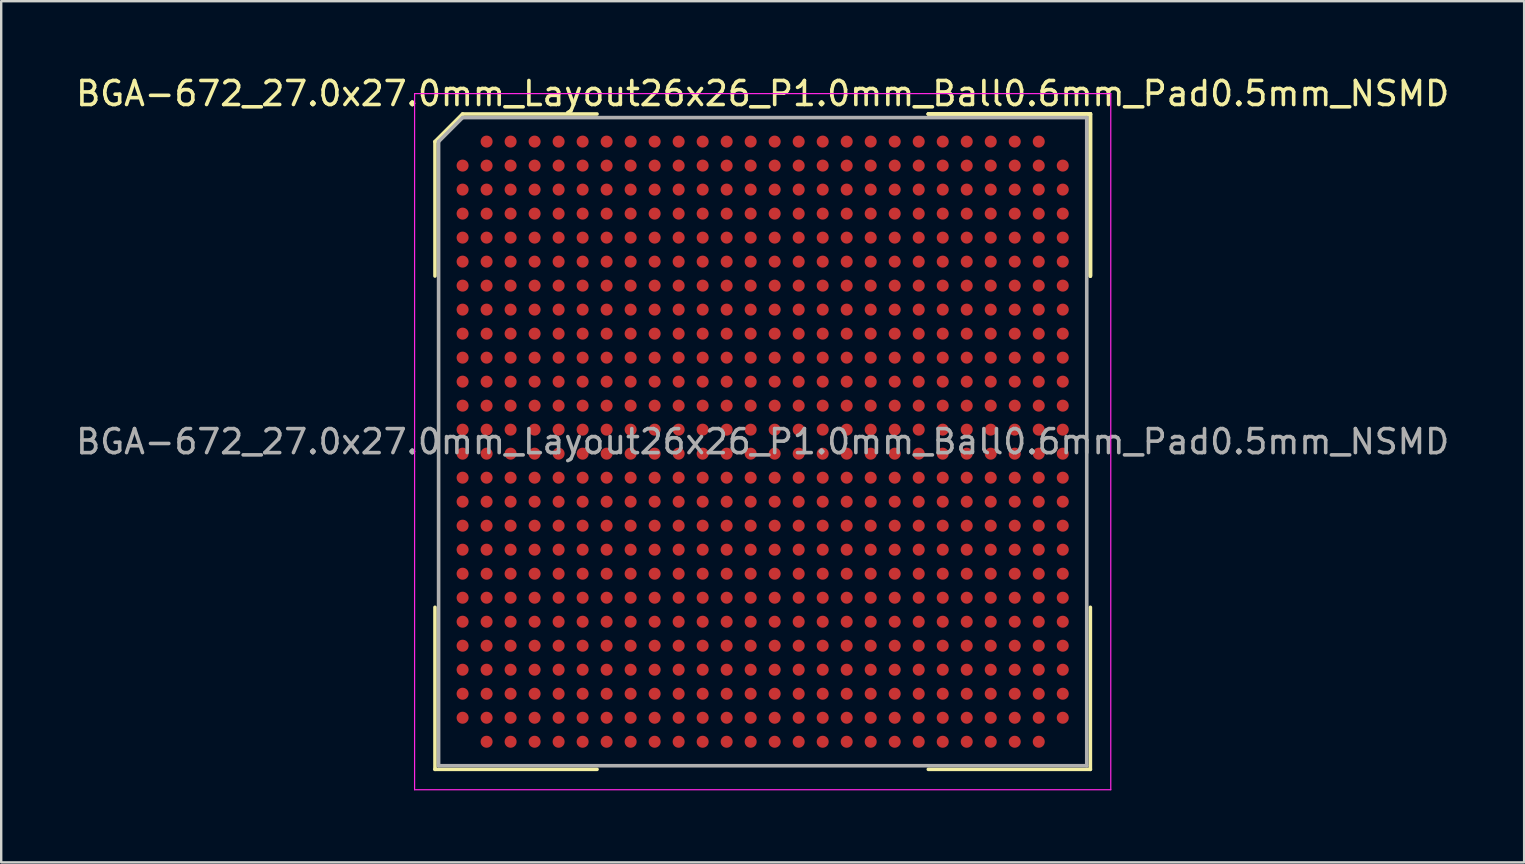
<source format=kicad_pcb>
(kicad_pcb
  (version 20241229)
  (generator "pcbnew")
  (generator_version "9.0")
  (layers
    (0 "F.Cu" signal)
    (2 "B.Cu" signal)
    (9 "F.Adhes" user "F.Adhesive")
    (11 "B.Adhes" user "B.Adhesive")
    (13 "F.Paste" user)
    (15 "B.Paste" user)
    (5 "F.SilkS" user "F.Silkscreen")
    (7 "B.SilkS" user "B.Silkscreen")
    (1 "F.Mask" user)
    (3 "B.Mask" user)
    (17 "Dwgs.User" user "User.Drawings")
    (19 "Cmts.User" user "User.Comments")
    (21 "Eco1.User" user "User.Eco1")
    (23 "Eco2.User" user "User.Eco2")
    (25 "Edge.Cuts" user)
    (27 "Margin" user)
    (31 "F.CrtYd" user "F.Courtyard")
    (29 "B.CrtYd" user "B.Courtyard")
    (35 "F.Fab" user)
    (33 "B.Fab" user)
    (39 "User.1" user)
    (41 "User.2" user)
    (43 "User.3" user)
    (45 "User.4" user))
  (footprint "BGA-672_27.0x27.0mm_Layout26x26_P1.0mm_Ball0.6mm_Pad0.5mm_NSMD"
    (layer "F.Cu")
    (at 28.72 15.348)
    (property "Reference" "BGA-672_27.0x27.0mm_Layout26x26_P1.0mm_Ball0.6mm_Pad0.5mm_NSMD" (at 0 -14.5 0) (layer "F.SilkS") (effects (font (size 1 1) (thickness 0.15))))
    (attr smd)
    (fp_line (start -13.65 -12.5) (end -13.65 -6.9) (stroke (width 0.15) (type solid)) (layer "F.SilkS"))
    (fp_line (start -13.65 13.65) (end -13.65 6.9) (stroke (width 0.15) (type solid)) (layer "F.SilkS"))
    (fp_line (start -12.5 -13.65) (end -13.65 -12.5) (stroke (width 0.15) (type solid)) (layer "F.SilkS"))
    (fp_line (start -6.9 -13.65) (end -12.5 -13.65) (stroke (width 0.15) (type solid)) (layer "F.SilkS"))
    (fp_line (start -6.9 13.65) (end -13.65 13.65) (stroke (width 0.15) (type solid)) (layer "F.SilkS"))
    (fp_line (start 6.9 -13.65) (end 13.65 -13.65) (stroke (width 0.15) (type solid)) (layer "F.SilkS"))
    (fp_line (start 6.9 -13.65) (end 13.65 -13.65) (stroke (width 0.15) (type solid)) (layer "F.SilkS"))
    (fp_line (start 6.9 -13.65) (end 13.65 -13.65) (stroke (width 0.15) (type solid)) (layer "F.SilkS"))
    (fp_line (start 6.9 13.65) (end 13.65 13.65) (stroke (width 0.15) (type solid)) (layer "F.SilkS"))
    (fp_line (start 13.65 -13.65) (end 13.65 -6.9) (stroke (width 0.15) (type solid)) (layer "F.SilkS"))
    (fp_line (start 13.65 -13.65) (end 13.65 -6.9) (stroke (width 0.15) (type solid)) (layer "F.SilkS"))
    (fp_line (start 13.65 -13.65) (end 13.65 -6.9) (stroke (width 0.15) (type solid)) (layer "F.SilkS"))
    (fp_line (start 13.65 13.65) (end 13.65 6.9) (stroke (width 0.15) (type solid)) (layer "F.SilkS"))
    (fp_line (start -14.5 -14.5) (end 14.5 -14.5) (stroke (width 0.05) (type solid)) (layer "F.CrtYd"))
    (fp_line (start -14.5 14.5) (end -14.5 -14.5) (stroke (width 0.05) (type solid)) (layer "F.CrtYd"))
    (fp_line (start 14.5 -14.5) (end 14.5 14.5) (stroke (width 0.05) (type solid)) (layer "F.CrtYd"))
    (fp_line (start 14.5 14.5) (end -14.5 14.5) (stroke (width 0.05) (type solid)) (layer "F.CrtYd"))
    (fp_line (start -13.5 -12.5) (end -13.5 13.5) (stroke (width 0.15) (type solid)) (layer "F.Fab"))
    (fp_line (start -13.5 13.5) (end 13.5 13.5) (stroke (width 0.15) (type solid)) (layer "F.Fab"))
    (fp_line (start -12.5 -13.5) (end -13.5 -12.5) (stroke (width 0.15) (type solid)) (layer "F.Fab"))
    (fp_line (start 13.5 -13.5) (end -12.5 -13.5) (stroke (width 0.15) (type solid)) (layer "F.Fab"))
    (fp_line (start 13.5 13.5) (end 13.5 -13.5) (stroke (width 0.15) (type solid)) (layer "F.Fab"))
    (fp_text user "${REFERENCE}" (at 0 0 0) (layer "F.Fab") (effects (font (size 1 1) (thickness 0.15))))
    (pad "A2" smd circle (at -11.5 -12.5) (size 0.5 0.5) (layers "F.Cu" "F.Mask" "F.Paste"))
    (pad "A3" smd circle (at -10.5 -12.5) (size 0.5 0.5) (layers "F.Cu" "F.Mask" "F.Paste"))
    (pad "A4" smd circle (at -9.5 -12.5) (size 0.5 0.5) (layers "F.Cu" "F.Mask" "F.Paste"))
    (pad "A5" smd circle (at -8.5 -12.5) (size 0.5 0.5) (layers "F.Cu" "F.Mask" "F.Paste"))
    (pad "A6" smd circle (at -7.5 -12.5) (size 0.5 0.5) (layers "F.Cu" "F.Mask" "F.Paste"))
    (pad "A7" smd circle (at -6.5 -12.5) (size 0.5 0.5) (layers "F.Cu" "F.Mask" "F.Paste"))
    (pad "A8" smd circle (at -5.5 -12.5) (size 0.5 0.5) (layers "F.Cu" "F.Mask" "F.Paste"))
    (pad "A9" smd circle (at -4.5 -12.5) (size 0.5 0.5) (layers "F.Cu" "F.Mask" "F.Paste"))
    (pad "A10" smd circle (at -3.5 -12.5) (size 0.5 0.5) (layers "F.Cu" "F.Mask" "F.Paste"))
    (pad "A11" smd circle (at -2.5 -12.5) (size 0.5 0.5) (layers "F.Cu" "F.Mask" "F.Paste"))
    (pad "A12" smd circle (at -1.5 -12.5) (size 0.5 0.5) (layers "F.Cu" "F.Mask" "F.Paste"))
    (pad "A13" smd circle (at -0.5 -12.5) (size 0.5 0.5) (layers "F.Cu" "F.Mask" "F.Paste"))
    (pad "A14" smd circle (at 0.5 -12.5) (size 0.5 0.5) (layers "F.Cu" "F.Mask" "F.Paste"))
    (pad "A15" smd circle (at 1.5 -12.5) (size 0.5 0.5) (layers "F.Cu" "F.Mask" "F.Paste"))
    (pad "A16" smd circle (at 2.5 -12.5) (size 0.5 0.5) (layers "F.Cu" "F.Mask" "F.Paste"))
    (pad "A17" smd circle (at 3.5 -12.5) (size 0.5 0.5) (layers "F.Cu" "F.Mask" "F.Paste"))
    (pad "A18" smd circle (at 4.5 -12.5) (size 0.5 0.5) (layers "F.Cu" "F.Mask" "F.Paste"))
    (pad "A19" smd circle (at 5.5 -12.5) (size 0.5 0.5) (layers "F.Cu" "F.Mask" "F.Paste"))
    (pad "A20" smd circle (at 6.5 -12.5) (size 0.5 0.5) (layers "F.Cu" "F.Mask" "F.Paste"))
    (pad "A21" smd circle (at 7.5 -12.5) (size 0.5 0.5) (layers "F.Cu" "F.Mask" "F.Paste"))
    (pad "A22" smd circle (at 8.5 -12.5) (size 0.5 0.5) (layers "F.Cu" "F.Mask" "F.Paste"))
    (pad "A23" smd circle (at 9.5 -12.5) (size 0.5 0.5) (layers "F.Cu" "F.Mask" "F.Paste"))
    (pad "A24" smd circle (at 10.5 -12.5) (size 0.5 0.5) (layers "F.Cu" "F.Mask" "F.Paste"))
    (pad "A25" smd circle (at 11.5 -12.5) (size 0.5 0.5) (layers "F.Cu" "F.Mask" "F.Paste"))
    (pad "AA1" smd circle (at -12.5 7.5) (size 0.5 0.5) (layers "F.Cu" "F.Mask" "F.Paste"))
    (pad "AA2" smd circle (at -11.5 7.5) (size 0.5 0.5) (layers "F.Cu" "F.Mask" "F.Paste"))
    (pad "AA3" smd circle (at -10.5 7.5) (size 0.5 0.5) (layers "F.Cu" "F.Mask" "F.Paste"))
    (pad "AA4" smd circle (at -9.5 7.5) (size 0.5 0.5) (layers "F.Cu" "F.Mask" "F.Paste"))
    (pad "AA5" smd circle (at -8.5 7.5) (size 0.5 0.5) (layers "F.Cu" "F.Mask" "F.Paste"))
    (pad "AA6" smd circle (at -7.5 7.5) (size 0.5 0.5) (layers "F.Cu" "F.Mask" "F.Paste"))
    (pad "AA7" smd circle (at -6.5 7.5) (size 0.5 0.5) (layers "F.Cu" "F.Mask" "F.Paste"))
    (pad "AA8" smd circle (at -5.5 7.5) (size 0.5 0.5) (layers "F.Cu" "F.Mask" "F.Paste"))
    (pad "AA9" smd circle (at -4.5 7.5) (size 0.5 0.5) (layers "F.Cu" "F.Mask" "F.Paste"))
    (pad "AA10" smd circle (at -3.5 7.5) (size 0.5 0.5) (layers "F.Cu" "F.Mask" "F.Paste"))
    (pad "AA11" smd circle (at -2.5 7.5) (size 0.5 0.5) (layers "F.Cu" "F.Mask" "F.Paste"))
    (pad "AA12" smd circle (at -1.5 7.5) (size 0.5 0.5) (layers "F.Cu" "F.Mask" "F.Paste"))
    (pad "AA13" smd circle (at -0.5 7.5) (size 0.5 0.5) (layers "F.Cu" "F.Mask" "F.Paste"))
    (pad "AA14" smd circle (at 0.5 7.5) (size 0.5 0.5) (layers "F.Cu" "F.Mask" "F.Paste"))
    (pad "AA15" smd circle (at 1.5 7.5) (size 0.5 0.5) (layers "F.Cu" "F.Mask" "F.Paste"))
    (pad "AA16" smd circle (at 2.5 7.5) (size 0.5 0.5) (layers "F.Cu" "F.Mask" "F.Paste"))
    (pad "AA17" smd circle (at 3.5 7.5) (size 0.5 0.5) (layers "F.Cu" "F.Mask" "F.Paste"))
    (pad "AA18" smd circle (at 4.5 7.5) (size 0.5 0.5) (layers "F.Cu" "F.Mask" "F.Paste"))
    (pad "AA19" smd circle (at 5.5 7.5) (size 0.5 0.5) (layers "F.Cu" "F.Mask" "F.Paste"))
    (pad "AA20" smd circle (at 6.5 7.5) (size 0.5 0.5) (layers "F.Cu" "F.Mask" "F.Paste"))
    (pad "AA21" smd circle (at 7.5 7.5) (size 0.5 0.5) (layers "F.Cu" "F.Mask" "F.Paste"))
    (pad "AA22" smd circle (at 8.5 7.5) (size 0.5 0.5) (layers "F.Cu" "F.Mask" "F.Paste"))
    (pad "AA23" smd circle (at 9.5 7.5) (size 0.5 0.5) (layers "F.Cu" "F.Mask" "F.Paste"))
    (pad "AA24" smd circle (at 10.5 7.5) (size 0.5 0.5) (layers "F.Cu" "F.Mask" "F.Paste"))
    (pad "AA25" smd circle (at 11.5 7.5) (size 0.5 0.5) (layers "F.Cu" "F.Mask" "F.Paste"))
    (pad "AA26" smd circle (at 12.5 7.5) (size 0.5 0.5) (layers "F.Cu" "F.Mask" "F.Paste"))
    (pad "AB1" smd circle (at -12.5 8.5) (size 0.5 0.5) (layers "F.Cu" "F.Mask" "F.Paste"))
    (pad "AB2" smd circle (at -11.5 8.5) (size 0.5 0.5) (layers "F.Cu" "F.Mask" "F.Paste"))
    (pad "AB3" smd circle (at -10.5 8.5) (size 0.5 0.5) (layers "F.Cu" "F.Mask" "F.Paste"))
    (pad "AB4" smd circle (at -9.5 8.5) (size 0.5 0.5) (layers "F.Cu" "F.Mask" "F.Paste"))
    (pad "AB5" smd circle (at -8.5 8.5) (size 0.5 0.5) (layers "F.Cu" "F.Mask" "F.Paste"))
    (pad "AB6" smd circle (at -7.5 8.5) (size 0.5 0.5) (layers "F.Cu" "F.Mask" "F.Paste"))
    (pad "AB7" smd circle (at -6.5 8.5) (size 0.5 0.5) (layers "F.Cu" "F.Mask" "F.Paste"))
    (pad "AB8" smd circle (at -5.5 8.5) (size 0.5 0.5) (layers "F.Cu" "F.Mask" "F.Paste"))
    (pad "AB9" smd circle (at -4.5 8.5) (size 0.5 0.5) (layers "F.Cu" "F.Mask" "F.Paste"))
    (pad "AB10" smd circle (at -3.5 8.5) (size 0.5 0.5) (layers "F.Cu" "F.Mask" "F.Paste"))
    (pad "AB11" smd circle (at -2.5 8.5) (size 0.5 0.5) (layers "F.Cu" "F.Mask" "F.Paste"))
    (pad "AB12" smd circle (at -1.5 8.5) (size 0.5 0.5) (layers "F.Cu" "F.Mask" "F.Paste"))
    (pad "AB13" smd circle (at -0.5 8.5) (size 0.5 0.5) (layers "F.Cu" "F.Mask" "F.Paste"))
    (pad "AB14" smd circle (at 0.5 8.5) (size 0.5 0.5) (layers "F.Cu" "F.Mask" "F.Paste"))
    (pad "AB15" smd circle (at 1.5 8.5) (size 0.5 0.5) (layers "F.Cu" "F.Mask" "F.Paste"))
    (pad "AB16" smd circle (at 2.5 8.5) (size 0.5 0.5) (layers "F.Cu" "F.Mask" "F.Paste"))
    (pad "AB17" smd circle (at 3.5 8.5) (size 0.5 0.5) (layers "F.Cu" "F.Mask" "F.Paste"))
    (pad "AB18" smd circle (at 4.5 8.5) (size 0.5 0.5) (layers "F.Cu" "F.Mask" "F.Paste"))
    (pad "AB19" smd circle (at 5.5 8.5) (size 0.5 0.5) (layers "F.Cu" "F.Mask" "F.Paste"))
    (pad "AB20" smd circle (at 6.5 8.5) (size 0.5 0.5) (layers "F.Cu" "F.Mask" "F.Paste"))
    (pad "AB21" smd circle (at 7.5 8.5) (size 0.5 0.5) (layers "F.Cu" "F.Mask" "F.Paste"))
    (pad "AB22" smd circle (at 8.5 8.5) (size 0.5 0.5) (layers "F.Cu" "F.Mask" "F.Paste"))
    (pad "AB23" smd circle (at 9.5 8.5) (size 0.5 0.5) (layers "F.Cu" "F.Mask" "F.Paste"))
    (pad "AB24" smd circle (at 10.5 8.5) (size 0.5 0.5) (layers "F.Cu" "F.Mask" "F.Paste"))
    (pad "AB25" smd circle (at 11.5 8.5) (size 0.5 0.5) (layers "F.Cu" "F.Mask" "F.Paste"))
    (pad "AB26" smd circle (at 12.5 8.5) (size 0.5 0.5) (layers "F.Cu" "F.Mask" "F.Paste"))
    (pad "AC1" smd circle (at -12.5 9.5) (size 0.5 0.5) (layers "F.Cu" "F.Mask" "F.Paste"))
    (pad "AC2" smd circle (at -11.5 9.5) (size 0.5 0.5) (layers "F.Cu" "F.Mask" "F.Paste"))
    (pad "AC3" smd circle (at -10.5 9.5) (size 0.5 0.5) (layers "F.Cu" "F.Mask" "F.Paste"))
    (pad "AC4" smd circle (at -9.5 9.5) (size 0.5 0.5) (layers "F.Cu" "F.Mask" "F.Paste"))
    (pad "AC5" smd circle (at -8.5 9.5) (size 0.5 0.5) (layers "F.Cu" "F.Mask" "F.Paste"))
    (pad "AC6" smd circle (at -7.5 9.5) (size 0.5 0.5) (layers "F.Cu" "F.Mask" "F.Paste"))
    (pad "AC7" smd circle (at -6.5 9.5) (size 0.5 0.5) (layers "F.Cu" "F.Mask" "F.Paste"))
    (pad "AC8" smd circle (at -5.5 9.5) (size 0.5 0.5) (layers "F.Cu" "F.Mask" "F.Paste"))
    (pad "AC9" smd circle (at -4.5 9.5) (size 0.5 0.5) (layers "F.Cu" "F.Mask" "F.Paste"))
    (pad "AC10" smd circle (at -3.5 9.5) (size 0.5 0.5) (layers "F.Cu" "F.Mask" "F.Paste"))
    (pad "AC11" smd circle (at -2.5 9.5) (size 0.5 0.5) (layers "F.Cu" "F.Mask" "F.Paste"))
    (pad "AC12" smd circle (at -1.5 9.5) (size 0.5 0.5) (layers "F.Cu" "F.Mask" "F.Paste"))
    (pad "AC13" smd circle (at -0.5 9.5) (size 0.5 0.5) (layers "F.Cu" "F.Mask" "F.Paste"))
    (pad "AC14" smd circle (at 0.5 9.5) (size 0.5 0.5) (layers "F.Cu" "F.Mask" "F.Paste"))
    (pad "AC15" smd circle (at 1.5 9.5) (size 0.5 0.5) (layers "F.Cu" "F.Mask" "F.Paste"))
    (pad "AC16" smd circle (at 2.5 9.5) (size 0.5 0.5) (layers "F.Cu" "F.Mask" "F.Paste"))
    (pad "AC17" smd circle (at 3.5 9.5) (size 0.5 0.5) (layers "F.Cu" "F.Mask" "F.Paste"))
    (pad "AC18" smd circle (at 4.5 9.5) (size 0.5 0.5) (layers "F.Cu" "F.Mask" "F.Paste"))
    (pad "AC19" smd circle (at 5.5 9.5) (size 0.5 0.5) (layers "F.Cu" "F.Mask" "F.Paste"))
    (pad "AC20" smd circle (at 6.5 9.5) (size 0.5 0.5) (layers "F.Cu" "F.Mask" "F.Paste"))
    (pad "AC21" smd circle (at 7.5 9.5) (size 0.5 0.5) (layers "F.Cu" "F.Mask" "F.Paste"))
    (pad "AC22" smd circle (at 8.5 9.5) (size 0.5 0.5) (layers "F.Cu" "F.Mask" "F.Paste"))
    (pad "AC23" smd circle (at 9.5 9.5) (size 0.5 0.5) (layers "F.Cu" "F.Mask" "F.Paste"))
    (pad "AC24" smd circle (at 10.5 9.5) (size 0.5 0.5) (layers "F.Cu" "F.Mask" "F.Paste"))
    (pad "AC25" smd circle (at 11.5 9.5) (size 0.5 0.5) (layers "F.Cu" "F.Mask" "F.Paste"))
    (pad "AC26" smd circle (at 12.5 9.5) (size 0.5 0.5) (layers "F.Cu" "F.Mask" "F.Paste"))
    (pad "AD1" smd circle (at -12.5 10.5) (size 0.5 0.5) (layers "F.Cu" "F.Mask" "F.Paste"))
    (pad "AD2" smd circle (at -11.5 10.5) (size 0.5 0.5) (layers "F.Cu" "F.Mask" "F.Paste"))
    (pad "AD3" smd circle (at -10.5 10.5) (size 0.5 0.5) (layers "F.Cu" "F.Mask" "F.Paste"))
    (pad "AD4" smd circle (at -9.5 10.5) (size 0.5 0.5) (layers "F.Cu" "F.Mask" "F.Paste"))
    (pad "AD5" smd circle (at -8.5 10.5) (size 0.5 0.5) (layers "F.Cu" "F.Mask" "F.Paste"))
    (pad "AD6" smd circle (at -7.5 10.5) (size 0.5 0.5) (layers "F.Cu" "F.Mask" "F.Paste"))
    (pad "AD7" smd circle (at -6.5 10.5) (size 0.5 0.5) (layers "F.Cu" "F.Mask" "F.Paste"))
    (pad "AD8" smd circle (at -5.5 10.5) (size 0.5 0.5) (layers "F.Cu" "F.Mask" "F.Paste"))
    (pad "AD9" smd circle (at -4.5 10.5) (size 0.5 0.5) (layers "F.Cu" "F.Mask" "F.Paste"))
    (pad "AD10" smd circle (at -3.5 10.5) (size 0.5 0.5) (layers "F.Cu" "F.Mask" "F.Paste"))
    (pad "AD11" smd circle (at -2.5 10.5) (size 0.5 0.5) (layers "F.Cu" "F.Mask" "F.Paste"))
    (pad "AD12" smd circle (at -1.5 10.5) (size 0.5 0.5) (layers "F.Cu" "F.Mask" "F.Paste"))
    (pad "AD13" smd circle (at -0.5 10.5) (size 0.5 0.5) (layers "F.Cu" "F.Mask" "F.Paste"))
    (pad "AD14" smd circle (at 0.5 10.5) (size 0.5 0.5) (layers "F.Cu" "F.Mask" "F.Paste"))
    (pad "AD15" smd circle (at 1.5 10.5) (size 0.5 0.5) (layers "F.Cu" "F.Mask" "F.Paste"))
    (pad "AD16" smd circle (at 2.5 10.5) (size 0.5 0.5) (layers "F.Cu" "F.Mask" "F.Paste"))
    (pad "AD17" smd circle (at 3.5 10.5) (size 0.5 0.5) (layers "F.Cu" "F.Mask" "F.Paste"))
    (pad "AD18" smd circle (at 4.5 10.5) (size 0.5 0.5) (layers "F.Cu" "F.Mask" "F.Paste"))
    (pad "AD19" smd circle (at 5.5 10.5) (size 0.5 0.5) (layers "F.Cu" "F.Mask" "F.Paste"))
    (pad "AD20" smd circle (at 6.5 10.5) (size 0.5 0.5) (layers "F.Cu" "F.Mask" "F.Paste"))
    (pad "AD21" smd circle (at 7.5 10.5) (size 0.5 0.5) (layers "F.Cu" "F.Mask" "F.Paste"))
    (pad "AD22" smd circle (at 8.5 10.5) (size 0.5 0.5) (layers "F.Cu" "F.Mask" "F.Paste"))
    (pad "AD23" smd circle (at 9.5 10.5) (size 0.5 0.5) (layers "F.Cu" "F.Mask" "F.Paste"))
    (pad "AD24" smd circle (at 10.5 10.5) (size 0.5 0.5) (layers "F.Cu" "F.Mask" "F.Paste"))
    (pad "AD25" smd circle (at 11.5 10.5) (size 0.5 0.5) (layers "F.Cu" "F.Mask" "F.Paste"))
    (pad "AD26" smd circle (at 12.5 10.5) (size 0.5 0.5) (layers "F.Cu" "F.Mask" "F.Paste"))
    (pad "AE1" smd circle (at -12.5 11.5) (size 0.5 0.5) (layers "F.Cu" "F.Mask" "F.Paste"))
    (pad "AE2" smd circle (at -11.5 11.5) (size 0.5 0.5) (layers "F.Cu" "F.Mask" "F.Paste"))
    (pad "AE3" smd circle (at -10.5 11.5) (size 0.5 0.5) (layers "F.Cu" "F.Mask" "F.Paste"))
    (pad "AE4" smd circle (at -9.5 11.5) (size 0.5 0.5) (layers "F.Cu" "F.Mask" "F.Paste"))
    (pad "AE5" smd circle (at -8.5 11.5) (size 0.5 0.5) (layers "F.Cu" "F.Mask" "F.Paste"))
    (pad "AE6" smd circle (at -7.5 11.5) (size 0.5 0.5) (layers "F.Cu" "F.Mask" "F.Paste"))
    (pad "AE7" smd circle (at -6.5 11.5) (size 0.5 0.5) (layers "F.Cu" "F.Mask" "F.Paste"))
    (pad "AE8" smd circle (at -5.5 11.5) (size 0.5 0.5) (layers "F.Cu" "F.Mask" "F.Paste"))
    (pad "AE9" smd circle (at -4.5 11.5) (size 0.5 0.5) (layers "F.Cu" "F.Mask" "F.Paste"))
    (pad "AE10" smd circle (at -3.5 11.5) (size 0.5 0.5) (layers "F.Cu" "F.Mask" "F.Paste"))
    (pad "AE11" smd circle (at -2.5 11.5) (size 0.5 0.5) (layers "F.Cu" "F.Mask" "F.Paste"))
    (pad "AE12" smd circle (at -1.5 11.5) (size 0.5 0.5) (layers "F.Cu" "F.Mask" "F.Paste"))
    (pad "AE13" smd circle (at -0.5 11.5) (size 0.5 0.5) (layers "F.Cu" "F.Mask" "F.Paste"))
    (pad "AE14" smd circle (at 0.5 11.5) (size 0.5 0.5) (layers "F.Cu" "F.Mask" "F.Paste"))
    (pad "AE15" smd circle (at 1.5 11.5) (size 0.5 0.5) (layers "F.Cu" "F.Mask" "F.Paste"))
    (pad "AE16" smd circle (at 2.5 11.5) (size 0.5 0.5) (layers "F.Cu" "F.Mask" "F.Paste"))
    (pad "AE17" smd circle (at 3.5 11.5) (size 0.5 0.5) (layers "F.Cu" "F.Mask" "F.Paste"))
    (pad "AE18" smd circle (at 4.5 11.5) (size 0.5 0.5) (layers "F.Cu" "F.Mask" "F.Paste"))
    (pad "AE19" smd circle (at 5.5 11.5) (size 0.5 0.5) (layers "F.Cu" "F.Mask" "F.Paste"))
    (pad "AE20" smd circle (at 6.5 11.5) (size 0.5 0.5) (layers "F.Cu" "F.Mask" "F.Paste"))
    (pad "AE21" smd circle (at 7.5 11.5) (size 0.5 0.5) (layers "F.Cu" "F.Mask" "F.Paste"))
    (pad "AE22" smd circle (at 8.5 11.5) (size 0.5 0.5) (layers "F.Cu" "F.Mask" "F.Paste"))
    (pad "AE23" smd circle (at 9.5 11.5) (size 0.5 0.5) (layers "F.Cu" "F.Mask" "F.Paste"))
    (pad "AE24" smd circle (at 10.5 11.5) (size 0.5 0.5) (layers "F.Cu" "F.Mask" "F.Paste"))
    (pad "AE25" smd circle (at 11.5 11.5) (size 0.5 0.5) (layers "F.Cu" "F.Mask" "F.Paste"))
    (pad "AE26" smd circle (at 12.5 11.5) (size 0.5 0.5) (layers "F.Cu" "F.Mask" "F.Paste"))
    (pad "AF2" smd circle (at -11.5 12.5) (size 0.5 0.5) (layers "F.Cu" "F.Mask" "F.Paste"))
    (pad "AF3" smd circle (at -10.5 12.5) (size 0.5 0.5) (layers "F.Cu" "F.Mask" "F.Paste"))
    (pad "AF4" smd circle (at -9.5 12.5) (size 0.5 0.5) (layers "F.Cu" "F.Mask" "F.Paste"))
    (pad "AF5" smd circle (at -8.5 12.5) (size 0.5 0.5) (layers "F.Cu" "F.Mask" "F.Paste"))
    (pad "AF6" smd circle (at -7.5 12.5) (size 0.5 0.5) (layers "F.Cu" "F.Mask" "F.Paste"))
    (pad "AF7" smd circle (at -6.5 12.5) (size 0.5 0.5) (layers "F.Cu" "F.Mask" "F.Paste"))
    (pad "AF8" smd circle (at -5.5 12.5) (size 0.5 0.5) (layers "F.Cu" "F.Mask" "F.Paste"))
    (pad "AF9" smd circle (at -4.5 12.5) (size 0.5 0.5) (layers "F.Cu" "F.Mask" "F.Paste"))
    (pad "AF10" smd circle (at -3.5 12.5) (size 0.5 0.5) (layers "F.Cu" "F.Mask" "F.Paste"))
    (pad "AF11" smd circle (at -2.5 12.5) (size 0.5 0.5) (layers "F.Cu" "F.Mask" "F.Paste"))
    (pad "AF12" smd circle (at -1.5 12.5) (size 0.5 0.5) (layers "F.Cu" "F.Mask" "F.Paste"))
    (pad "AF13" smd circle (at -0.5 12.5) (size 0.5 0.5) (layers "F.Cu" "F.Mask" "F.Paste"))
    (pad "AF14" smd circle (at 0.5 12.5) (size 0.5 0.5) (layers "F.Cu" "F.Mask" "F.Paste"))
    (pad "AF15" smd circle (at 1.5 12.5) (size 0.5 0.5) (layers "F.Cu" "F.Mask" "F.Paste"))
    (pad "AF16" smd circle (at 2.5 12.5) (size 0.5 0.5) (layers "F.Cu" "F.Mask" "F.Paste"))
    (pad "AF17" smd circle (at 3.5 12.5) (size 0.5 0.5) (layers "F.Cu" "F.Mask" "F.Paste"))
    (pad "AF18" smd circle (at 4.5 12.5) (size 0.5 0.5) (layers "F.Cu" "F.Mask" "F.Paste"))
    (pad "AF19" smd circle (at 5.5 12.5) (size 0.5 0.5) (layers "F.Cu" "F.Mask" "F.Paste"))
    (pad "AF20" smd circle (at 6.5 12.5) (size 0.5 0.5) (layers "F.Cu" "F.Mask" "F.Paste"))
    (pad "AF21" smd circle (at 7.5 12.5) (size 0.5 0.5) (layers "F.Cu" "F.Mask" "F.Paste"))
    (pad "AF22" smd circle (at 8.5 12.5) (size 0.5 0.5) (layers "F.Cu" "F.Mask" "F.Paste"))
    (pad "AF23" smd circle (at 9.5 12.5) (size 0.5 0.5) (layers "F.Cu" "F.Mask" "F.Paste"))
    (pad "AF24" smd circle (at 10.5 12.5) (size 0.5 0.5) (layers "F.Cu" "F.Mask" "F.Paste"))
    (pad "AF25" smd circle (at 11.5 12.5) (size 0.5 0.5) (layers "F.Cu" "F.Mask" "F.Paste"))
    (pad "B1" smd circle (at -12.5 -11.5) (size 0.5 0.5) (layers "F.Cu" "F.Mask" "F.Paste"))
    (pad "B2" smd circle (at -11.5 -11.5) (size 0.5 0.5) (layers "F.Cu" "F.Mask" "F.Paste"))
    (pad "B3" smd circle (at -10.5 -11.5) (size 0.5 0.5) (layers "F.Cu" "F.Mask" "F.Paste"))
    (pad "B4" smd circle (at -9.5 -11.5) (size 0.5 0.5) (layers "F.Cu" "F.Mask" "F.Paste"))
    (pad "B5" smd circle (at -8.5 -11.5) (size 0.5 0.5) (layers "F.Cu" "F.Mask" "F.Paste"))
    (pad "B6" smd circle (at -7.5 -11.5) (size 0.5 0.5) (layers "F.Cu" "F.Mask" "F.Paste"))
    (pad "B7" smd circle (at -6.5 -11.5) (size 0.5 0.5) (layers "F.Cu" "F.Mask" "F.Paste"))
    (pad "B8" smd circle (at -5.5 -11.5) (size 0.5 0.5) (layers "F.Cu" "F.Mask" "F.Paste"))
    (pad "B9" smd circle (at -4.5 -11.5) (size 0.5 0.5) (layers "F.Cu" "F.Mask" "F.Paste"))
    (pad "B10" smd circle (at -3.5 -11.5) (size 0.5 0.5) (layers "F.Cu" "F.Mask" "F.Paste"))
    (pad "B11" smd circle (at -2.5 -11.5) (size 0.5 0.5) (layers "F.Cu" "F.Mask" "F.Paste"))
    (pad "B12" smd circle (at -1.5 -11.5) (size 0.5 0.5) (layers "F.Cu" "F.Mask" "F.Paste"))
    (pad "B13" smd circle (at -0.5 -11.5) (size 0.5 0.5) (layers "F.Cu" "F.Mask" "F.Paste"))
    (pad "B14" smd circle (at 0.5 -11.5) (size 0.5 0.5) (layers "F.Cu" "F.Mask" "F.Paste"))
    (pad "B15" smd circle (at 1.5 -11.5) (size 0.5 0.5) (layers "F.Cu" "F.Mask" "F.Paste"))
    (pad "B16" smd circle (at 2.5 -11.5) (size 0.5 0.5) (layers "F.Cu" "F.Mask" "F.Paste"))
    (pad "B17" smd circle (at 3.5 -11.5) (size 0.5 0.5) (layers "F.Cu" "F.Mask" "F.Paste"))
    (pad "B18" smd circle (at 4.5 -11.5) (size 0.5 0.5) (layers "F.Cu" "F.Mask" "F.Paste"))
    (pad "B19" smd circle (at 5.5 -11.5) (size 0.5 0.5) (layers "F.Cu" "F.Mask" "F.Paste"))
    (pad "B20" smd circle (at 6.5 -11.5) (size 0.5 0.5) (layers "F.Cu" "F.Mask" "F.Paste"))
    (pad "B21" smd circle (at 7.5 -11.5) (size 0.5 0.5) (layers "F.Cu" "F.Mask" "F.Paste"))
    (pad "B22" smd circle (at 8.5 -11.5) (size 0.5 0.5) (layers "F.Cu" "F.Mask" "F.Paste"))
    (pad "B23" smd circle (at 9.5 -11.5) (size 0.5 0.5) (layers "F.Cu" "F.Mask" "F.Paste"))
    (pad "B24" smd circle (at 10.5 -11.5) (size 0.5 0.5) (layers "F.Cu" "F.Mask" "F.Paste"))
    (pad "B25" smd circle (at 11.5 -11.5) (size 0.5 0.5) (layers "F.Cu" "F.Mask" "F.Paste"))
    (pad "B26" smd circle (at 12.5 -11.5) (size 0.5 0.5) (layers "F.Cu" "F.Mask" "F.Paste"))
    (pad "C1" smd circle (at -12.5 -10.5) (size 0.5 0.5) (layers "F.Cu" "F.Mask" "F.Paste"))
    (pad "C2" smd circle (at -11.5 -10.5) (size 0.5 0.5) (layers "F.Cu" "F.Mask" "F.Paste"))
    (pad "C3" smd circle (at -10.5 -10.5) (size 0.5 0.5) (layers "F.Cu" "F.Mask" "F.Paste"))
    (pad "C4" smd circle (at -9.5 -10.5) (size 0.5 0.5) (layers "F.Cu" "F.Mask" "F.Paste"))
    (pad "C5" smd circle (at -8.5 -10.5) (size 0.5 0.5) (layers "F.Cu" "F.Mask" "F.Paste"))
    (pad "C6" smd circle (at -7.5 -10.5) (size 0.5 0.5) (layers "F.Cu" "F.Mask" "F.Paste"))
    (pad "C7" smd circle (at -6.5 -10.5) (size 0.5 0.5) (layers "F.Cu" "F.Mask" "F.Paste"))
    (pad "C8" smd circle (at -5.5 -10.5) (size 0.5 0.5) (layers "F.Cu" "F.Mask" "F.Paste"))
    (pad "C9" smd circle (at -4.5 -10.5) (size 0.5 0.5) (layers "F.Cu" "F.Mask" "F.Paste"))
    (pad "C10" smd circle (at -3.5 -10.5) (size 0.5 0.5) (layers "F.Cu" "F.Mask" "F.Paste"))
    (pad "C11" smd circle (at -2.5 -10.5) (size 0.5 0.5) (layers "F.Cu" "F.Mask" "F.Paste"))
    (pad "C12" smd circle (at -1.5 -10.5) (size 0.5 0.5) (layers "F.Cu" "F.Mask" "F.Paste"))
    (pad "C13" smd circle (at -0.5 -10.5) (size 0.5 0.5) (layers "F.Cu" "F.Mask" "F.Paste"))
    (pad "C14" smd circle (at 0.5 -10.5) (size 0.5 0.5) (layers "F.Cu" "F.Mask" "F.Paste"))
    (pad "C15" smd circle (at 1.5 -10.5) (size 0.5 0.5) (layers "F.Cu" "F.Mask" "F.Paste"))
    (pad "C16" smd circle (at 2.5 -10.5) (size 0.5 0.5) (layers "F.Cu" "F.Mask" "F.Paste"))
    (pad "C17" smd circle (at 3.5 -10.5) (size 0.5 0.5) (layers "F.Cu" "F.Mask" "F.Paste"))
    (pad "C18" smd circle (at 4.5 -10.5) (size 0.5 0.5) (layers "F.Cu" "F.Mask" "F.Paste"))
    (pad "C19" smd circle (at 5.5 -10.5) (size 0.5 0.5) (layers "F.Cu" "F.Mask" "F.Paste"))
    (pad "C20" smd circle (at 6.5 -10.5) (size 0.5 0.5) (layers "F.Cu" "F.Mask" "F.Paste"))
    (pad "C21" smd circle (at 7.5 -10.5) (size 0.5 0.5) (layers "F.Cu" "F.Mask" "F.Paste"))
    (pad "C22" smd circle (at 8.5 -10.5) (size 0.5 0.5) (layers "F.Cu" "F.Mask" "F.Paste"))
    (pad "C23" smd circle (at 9.5 -10.5) (size 0.5 0.5) (layers "F.Cu" "F.Mask" "F.Paste"))
    (pad "C24" smd circle (at 10.5 -10.5) (size 0.5 0.5) (layers "F.Cu" "F.Mask" "F.Paste"))
    (pad "C25" smd circle (at 11.5 -10.5) (size 0.5 0.5) (layers "F.Cu" "F.Mask" "F.Paste"))
    (pad "C26" smd circle (at 12.5 -10.5) (size 0.5 0.5) (layers "F.Cu" "F.Mask" "F.Paste"))
    (pad "D1" smd circle (at -12.5 -9.5) (size 0.5 0.5) (layers "F.Cu" "F.Mask" "F.Paste"))
    (pad "D2" smd circle (at -11.5 -9.5) (size 0.5 0.5) (layers "F.Cu" "F.Mask" "F.Paste"))
    (pad "D3" smd circle (at -10.5 -9.5) (size 0.5 0.5) (layers "F.Cu" "F.Mask" "F.Paste"))
    (pad "D4" smd circle (at -9.5 -9.5) (size 0.5 0.5) (layers "F.Cu" "F.Mask" "F.Paste"))
    (pad "D5" smd circle (at -8.5 -9.5) (size 0.5 0.5) (layers "F.Cu" "F.Mask" "F.Paste"))
    (pad "D6" smd circle (at -7.5 -9.5) (size 0.5 0.5) (layers "F.Cu" "F.Mask" "F.Paste"))
    (pad "D7" smd circle (at -6.5 -9.5) (size 0.5 0.5) (layers "F.Cu" "F.Mask" "F.Paste"))
    (pad "D8" smd circle (at -5.5 -9.5) (size 0.5 0.5) (layers "F.Cu" "F.Mask" "F.Paste"))
    (pad "D9" smd circle (at -4.5 -9.5) (size 0.5 0.5) (layers "F.Cu" "F.Mask" "F.Paste"))
    (pad "D10" smd circle (at -3.5 -9.5) (size 0.5 0.5) (layers "F.Cu" "F.Mask" "F.Paste"))
    (pad "D11" smd circle (at -2.5 -9.5) (size 0.5 0.5) (layers "F.Cu" "F.Mask" "F.Paste"))
    (pad "D12" smd circle (at -1.5 -9.5) (size 0.5 0.5) (layers "F.Cu" "F.Mask" "F.Paste"))
    (pad "D13" smd circle (at -0.5 -9.5) (size 0.5 0.5) (layers "F.Cu" "F.Mask" "F.Paste"))
    (pad "D14" smd circle (at 0.5 -9.5) (size 0.5 0.5) (layers "F.Cu" "F.Mask" "F.Paste"))
    (pad "D15" smd circle (at 1.5 -9.5) (size 0.5 0.5) (layers "F.Cu" "F.Mask" "F.Paste"))
    (pad "D16" smd circle (at 2.5 -9.5) (size 0.5 0.5) (layers "F.Cu" "F.Mask" "F.Paste"))
    (pad "D17" smd circle (at 3.5 -9.5) (size 0.5 0.5) (layers "F.Cu" "F.Mask" "F.Paste"))
    (pad "D18" smd circle (at 4.5 -9.5) (size 0.5 0.5) (layers "F.Cu" "F.Mask" "F.Paste"))
    (pad "D19" smd circle (at 5.5 -9.5) (size 0.5 0.5) (layers "F.Cu" "F.Mask" "F.Paste"))
    (pad "D20" smd circle (at 6.5 -9.5) (size 0.5 0.5) (layers "F.Cu" "F.Mask" "F.Paste"))
    (pad "D21" smd circle (at 7.5 -9.5) (size 0.5 0.5) (layers "F.Cu" "F.Mask" "F.Paste"))
    (pad "D22" smd circle (at 8.5 -9.5) (size 0.5 0.5) (layers "F.Cu" "F.Mask" "F.Paste"))
    (pad "D23" smd circle (at 9.5 -9.5) (size 0.5 0.5) (layers "F.Cu" "F.Mask" "F.Paste"))
    (pad "D24" smd circle (at 10.5 -9.5) (size 0.5 0.5) (layers "F.Cu" "F.Mask" "F.Paste"))
    (pad "D25" smd circle (at 11.5 -9.5) (size 0.5 0.5) (layers "F.Cu" "F.Mask" "F.Paste"))
    (pad "D26" smd circle (at 12.5 -9.5) (size 0.5 0.5) (layers "F.Cu" "F.Mask" "F.Paste"))
    (pad "E1" smd circle (at -12.5 -8.5) (size 0.5 0.5) (layers "F.Cu" "F.Mask" "F.Paste"))
    (pad "E2" smd circle (at -11.5 -8.5) (size 0.5 0.5) (layers "F.Cu" "F.Mask" "F.Paste"))
    (pad "E3" smd circle (at -10.5 -8.5) (size 0.5 0.5) (layers "F.Cu" "F.Mask" "F.Paste"))
    (pad "E4" smd circle (at -9.5 -8.5) (size 0.5 0.5) (layers "F.Cu" "F.Mask" "F.Paste"))
    (pad "E5" smd circle (at -8.5 -8.5) (size 0.5 0.5) (layers "F.Cu" "F.Mask" "F.Paste"))
    (pad "E6" smd circle (at -7.5 -8.5) (size 0.5 0.5) (layers "F.Cu" "F.Mask" "F.Paste"))
    (pad "E7" smd circle (at -6.5 -8.5) (size 0.5 0.5) (layers "F.Cu" "F.Mask" "F.Paste"))
    (pad "E8" smd circle (at -5.5 -8.5) (size 0.5 0.5) (layers "F.Cu" "F.Mask" "F.Paste"))
    (pad "E9" smd circle (at -4.5 -8.5) (size 0.5 0.5) (layers "F.Cu" "F.Mask" "F.Paste"))
    (pad "E10" smd circle (at -3.5 -8.5) (size 0.5 0.5) (layers "F.Cu" "F.Mask" "F.Paste"))
    (pad "E11" smd circle (at -2.5 -8.5) (size 0.5 0.5) (layers "F.Cu" "F.Mask" "F.Paste"))
    (pad "E12" smd circle (at -1.5 -8.5) (size 0.5 0.5) (layers "F.Cu" "F.Mask" "F.Paste"))
    (pad "E13" smd circle (at -0.5 -8.5) (size 0.5 0.5) (layers "F.Cu" "F.Mask" "F.Paste"))
    (pad "E14" smd circle (at 0.5 -8.5) (size 0.5 0.5) (layers "F.Cu" "F.Mask" "F.Paste"))
    (pad "E15" smd circle (at 1.5 -8.5) (size 0.5 0.5) (layers "F.Cu" "F.Mask" "F.Paste"))
    (pad "E16" smd circle (at 2.5 -8.5) (size 0.5 0.5) (layers "F.Cu" "F.Mask" "F.Paste"))
    (pad "E17" smd circle (at 3.5 -8.5) (size 0.5 0.5) (layers "F.Cu" "F.Mask" "F.Paste"))
    (pad "E18" smd circle (at 4.5 -8.5) (size 0.5 0.5) (layers "F.Cu" "F.Mask" "F.Paste"))
    (pad "E19" smd circle (at 5.5 -8.5) (size 0.5 0.5) (layers "F.Cu" "F.Mask" "F.Paste"))
    (pad "E20" smd circle (at 6.5 -8.5) (size 0.5 0.5) (layers "F.Cu" "F.Mask" "F.Paste"))
    (pad "E21" smd circle (at 7.5 -8.5) (size 0.5 0.5) (layers "F.Cu" "F.Mask" "F.Paste"))
    (pad "E22" smd circle (at 8.5 -8.5) (size 0.5 0.5) (layers "F.Cu" "F.Mask" "F.Paste"))
    (pad "E23" smd circle (at 9.5 -8.5) (size 0.5 0.5) (layers "F.Cu" "F.Mask" "F.Paste"))
    (pad "E24" smd circle (at 10.5 -8.5) (size 0.5 0.5) (layers "F.Cu" "F.Mask" "F.Paste"))
    (pad "E25" smd circle (at 11.5 -8.5) (size 0.5 0.5) (layers "F.Cu" "F.Mask" "F.Paste"))
    (pad "E26" smd circle (at 12.5 -8.5) (size 0.5 0.5) (layers "F.Cu" "F.Mask" "F.Paste"))
    (pad "F1" smd circle (at -12.5 -7.5) (size 0.5 0.5) (layers "F.Cu" "F.Mask" "F.Paste"))
    (pad "F2" smd circle (at -11.5 -7.5) (size 0.5 0.5) (layers "F.Cu" "F.Mask" "F.Paste"))
    (pad "F3" smd circle (at -10.5 -7.5) (size 0.5 0.5) (layers "F.Cu" "F.Mask" "F.Paste"))
    (pad "F4" smd circle (at -9.5 -7.5) (size 0.5 0.5) (layers "F.Cu" "F.Mask" "F.Paste"))
    (pad "F5" smd circle (at -8.5 -7.5) (size 0.5 0.5) (layers "F.Cu" "F.Mask" "F.Paste"))
    (pad "F6" smd circle (at -7.5 -7.5) (size 0.5 0.5) (layers "F.Cu" "F.Mask" "F.Paste"))
    (pad "F7" smd circle (at -6.5 -7.5) (size 0.5 0.5) (layers "F.Cu" "F.Mask" "F.Paste"))
    (pad "F8" smd circle (at -5.5 -7.5) (size 0.5 0.5) (layers "F.Cu" "F.Mask" "F.Paste"))
    (pad "F9" smd circle (at -4.5 -7.5) (size 0.5 0.5) (layers "F.Cu" "F.Mask" "F.Paste"))
    (pad "F10" smd circle (at -3.5 -7.5) (size 0.5 0.5) (layers "F.Cu" "F.Mask" "F.Paste"))
    (pad "F11" smd circle (at -2.5 -7.5) (size 0.5 0.5) (layers "F.Cu" "F.Mask" "F.Paste"))
    (pad "F12" smd circle (at -1.5 -7.5) (size 0.5 0.5) (layers "F.Cu" "F.Mask" "F.Paste"))
    (pad "F13" smd circle (at -0.5 -7.5) (size 0.5 0.5) (layers "F.Cu" "F.Mask" "F.Paste"))
    (pad "F14" smd circle (at 0.5 -7.5) (size 0.5 0.5) (layers "F.Cu" "F.Mask" "F.Paste"))
    (pad "F15" smd circle (at 1.5 -7.5) (size 0.5 0.5) (layers "F.Cu" "F.Mask" "F.Paste"))
    (pad "F16" smd circle (at 2.5 -7.5) (size 0.5 0.5) (layers "F.Cu" "F.Mask" "F.Paste"))
    (pad "F17" smd circle (at 3.5 -7.5) (size 0.5 0.5) (layers "F.Cu" "F.Mask" "F.Paste"))
    (pad "F18" smd circle (at 4.5 -7.5) (size 0.5 0.5) (layers "F.Cu" "F.Mask" "F.Paste"))
    (pad "F19" smd circle (at 5.5 -7.5) (size 0.5 0.5) (layers "F.Cu" "F.Mask" "F.Paste"))
    (pad "F20" smd circle (at 6.5 -7.5) (size 0.5 0.5) (layers "F.Cu" "F.Mask" "F.Paste"))
    (pad "F21" smd circle (at 7.5 -7.5) (size 0.5 0.5) (layers "F.Cu" "F.Mask" "F.Paste"))
    (pad "F22" smd circle (at 8.5 -7.5) (size 0.5 0.5) (layers "F.Cu" "F.Mask" "F.Paste"))
    (pad "F23" smd circle (at 9.5 -7.5) (size 0.5 0.5) (layers "F.Cu" "F.Mask" "F.Paste"))
    (pad "F24" smd circle (at 10.5 -7.5) (size 0.5 0.5) (layers "F.Cu" "F.Mask" "F.Paste"))
    (pad "F25" smd circle (at 11.5 -7.5) (size 0.5 0.5) (layers "F.Cu" "F.Mask" "F.Paste"))
    (pad "F26" smd circle (at 12.5 -7.5) (size 0.5 0.5) (layers "F.Cu" "F.Mask" "F.Paste"))
    (pad "G1" smd circle (at -12.5 -6.5) (size 0.5 0.5) (layers "F.Cu" "F.Mask" "F.Paste"))
    (pad "G2" smd circle (at -11.5 -6.5) (size 0.5 0.5) (layers "F.Cu" "F.Mask" "F.Paste"))
    (pad "G3" smd circle (at -10.5 -6.5) (size 0.5 0.5) (layers "F.Cu" "F.Mask" "F.Paste"))
    (pad "G4" smd circle (at -9.5 -6.5) (size 0.5 0.5) (layers "F.Cu" "F.Mask" "F.Paste"))
    (pad "G5" smd circle (at -8.5 -6.5) (size 0.5 0.5) (layers "F.Cu" "F.Mask" "F.Paste"))
    (pad "G6" smd circle (at -7.5 -6.5) (size 0.5 0.5) (layers "F.Cu" "F.Mask" "F.Paste"))
    (pad "G7" smd circle (at -6.5 -6.5) (size 0.5 0.5) (layers "F.Cu" "F.Mask" "F.Paste"))
    (pad "G8" smd circle (at -5.5 -6.5) (size 0.5 0.5) (layers "F.Cu" "F.Mask" "F.Paste"))
    (pad "G9" smd circle (at -4.5 -6.5) (size 0.5 0.5) (layers "F.Cu" "F.Mask" "F.Paste"))
    (pad "G10" smd circle (at -3.5 -6.5) (size 0.5 0.5) (layers "F.Cu" "F.Mask" "F.Paste"))
    (pad "G11" smd circle (at -2.5 -6.5) (size 0.5 0.5) (layers "F.Cu" "F.Mask" "F.Paste"))
    (pad "G12" smd circle (at -1.5 -6.5) (size 0.5 0.5) (layers "F.Cu" "F.Mask" "F.Paste"))
    (pad "G13" smd circle (at -0.5 -6.5) (size 0.5 0.5) (layers "F.Cu" "F.Mask" "F.Paste"))
    (pad "G14" smd circle (at 0.5 -6.5) (size 0.5 0.5) (layers "F.Cu" "F.Mask" "F.Paste"))
    (pad "G15" smd circle (at 1.5 -6.5) (size 0.5 0.5) (layers "F.Cu" "F.Mask" "F.Paste"))
    (pad "G16" smd circle (at 2.5 -6.5) (size 0.5 0.5) (layers "F.Cu" "F.Mask" "F.Paste"))
    (pad "G17" smd circle (at 3.5 -6.5) (size 0.5 0.5) (layers "F.Cu" "F.Mask" "F.Paste"))
    (pad "G18" smd circle (at 4.5 -6.5) (size 0.5 0.5) (layers "F.Cu" "F.Mask" "F.Paste"))
    (pad "G19" smd circle (at 5.5 -6.5) (size 0.5 0.5) (layers "F.Cu" "F.Mask" "F.Paste"))
    (pad "G20" smd circle (at 6.5 -6.5) (size 0.5 0.5) (layers "F.Cu" "F.Mask" "F.Paste"))
    (pad "G21" smd circle (at 7.5 -6.5) (size 0.5 0.5) (layers "F.Cu" "F.Mask" "F.Paste"))
    (pad "G22" smd circle (at 8.5 -6.5) (size 0.5 0.5) (layers "F.Cu" "F.Mask" "F.Paste"))
    (pad "G23" smd circle (at 9.5 -6.5) (size 0.5 0.5) (layers "F.Cu" "F.Mask" "F.Paste"))
    (pad "G24" smd circle (at 10.5 -6.5) (size 0.5 0.5) (layers "F.Cu" "F.Mask" "F.Paste"))
    (pad "G25" smd circle (at 11.5 -6.5) (size 0.5 0.5) (layers "F.Cu" "F.Mask" "F.Paste"))
    (pad "G26" smd circle (at 12.5 -6.5) (size 0.5 0.5) (layers "F.Cu" "F.Mask" "F.Paste"))
    (pad "H1" smd circle (at -12.5 -5.5) (size 0.5 0.5) (layers "F.Cu" "F.Mask" "F.Paste"))
    (pad "H2" smd circle (at -11.5 -5.5) (size 0.5 0.5) (layers "F.Cu" "F.Mask" "F.Paste"))
    (pad "H3" smd circle (at -10.5 -5.5) (size 0.5 0.5) (layers "F.Cu" "F.Mask" "F.Paste"))
    (pad "H4" smd circle (at -9.5 -5.5) (size 0.5 0.5) (layers "F.Cu" "F.Mask" "F.Paste"))
    (pad "H5" smd circle (at -8.5 -5.5) (size 0.5 0.5) (layers "F.Cu" "F.Mask" "F.Paste"))
    (pad "H6" smd circle (at -7.5 -5.5) (size 0.5 0.5) (layers "F.Cu" "F.Mask" "F.Paste"))
    (pad "H7" smd circle (at -6.5 -5.5) (size 0.5 0.5) (layers "F.Cu" "F.Mask" "F.Paste"))
    (pad "H8" smd circle (at -5.5 -5.5) (size 0.5 0.5) (layers "F.Cu" "F.Mask" "F.Paste"))
    (pad "H9" smd circle (at -4.5 -5.5) (size 0.5 0.5) (layers "F.Cu" "F.Mask" "F.Paste"))
    (pad "H10" smd circle (at -3.5 -5.5) (size 0.5 0.5) (layers "F.Cu" "F.Mask" "F.Paste"))
    (pad "H11" smd circle (at -2.5 -5.5) (size 0.5 0.5) (layers "F.Cu" "F.Mask" "F.Paste"))
    (pad "H12" smd circle (at -1.5 -5.5) (size 0.5 0.5) (layers "F.Cu" "F.Mask" "F.Paste"))
    (pad "H13" smd circle (at -0.5 -5.5) (size 0.5 0.5) (layers "F.Cu" "F.Mask" "F.Paste"))
    (pad "H14" smd circle (at 0.5 -5.5) (size 0.5 0.5) (layers "F.Cu" "F.Mask" "F.Paste"))
    (pad "H15" smd circle (at 1.5 -5.5) (size 0.5 0.5) (layers "F.Cu" "F.Mask" "F.Paste"))
    (pad "H16" smd circle (at 2.5 -5.5) (size 0.5 0.5) (layers "F.Cu" "F.Mask" "F.Paste"))
    (pad "H17" smd circle (at 3.5 -5.5) (size 0.5 0.5) (layers "F.Cu" "F.Mask" "F.Paste"))
    (pad "H18" smd circle (at 4.5 -5.5) (size 0.5 0.5) (layers "F.Cu" "F.Mask" "F.Paste"))
    (pad "H19" smd circle (at 5.5 -5.5) (size 0.5 0.5) (layers "F.Cu" "F.Mask" "F.Paste"))
    (pad "H20" smd circle (at 6.5 -5.5) (size 0.5 0.5) (layers "F.Cu" "F.Mask" "F.Paste"))
    (pad "H21" smd circle (at 7.5 -5.5) (size 0.5 0.5) (layers "F.Cu" "F.Mask" "F.Paste"))
    (pad "H22" smd circle (at 8.5 -5.5) (size 0.5 0.5) (layers "F.Cu" "F.Mask" "F.Paste"))
    (pad "H23" smd circle (at 9.5 -5.5) (size 0.5 0.5) (layers "F.Cu" "F.Mask" "F.Paste"))
    (pad "H24" smd circle (at 10.5 -5.5) (size 0.5 0.5) (layers "F.Cu" "F.Mask" "F.Paste"))
    (pad "H25" smd circle (at 11.5 -5.5) (size 0.5 0.5) (layers "F.Cu" "F.Mask" "F.Paste"))
    (pad "H26" smd circle (at 12.5 -5.5) (size 0.5 0.5) (layers "F.Cu" "F.Mask" "F.Paste"))
    (pad "J1" smd circle (at -12.5 -4.5) (size 0.5 0.5) (layers "F.Cu" "F.Mask" "F.Paste"))
    (pad "J2" smd circle (at -11.5 -4.5) (size 0.5 0.5) (layers "F.Cu" "F.Mask" "F.Paste"))
    (pad "J3" smd circle (at -10.5 -4.5) (size 0.5 0.5) (layers "F.Cu" "F.Mask" "F.Paste"))
    (pad "J4" smd circle (at -9.5 -4.5) (size 0.5 0.5) (layers "F.Cu" "F.Mask" "F.Paste"))
    (pad "J5" smd circle (at -8.5 -4.5) (size 0.5 0.5) (layers "F.Cu" "F.Mask" "F.Paste"))
    (pad "J6" smd circle (at -7.5 -4.5) (size 0.5 0.5) (layers "F.Cu" "F.Mask" "F.Paste"))
    (pad "J7" smd circle (at -6.5 -4.5) (size 0.5 0.5) (layers "F.Cu" "F.Mask" "F.Paste"))
    (pad "J8" smd circle (at -5.5 -4.5) (size 0.5 0.5) (layers "F.Cu" "F.Mask" "F.Paste"))
    (pad "J9" smd circle (at -4.5 -4.5) (size 0.5 0.5) (layers "F.Cu" "F.Mask" "F.Paste"))
    (pad "J10" smd circle (at -3.5 -4.5) (size 0.5 0.5) (layers "F.Cu" "F.Mask" "F.Paste"))
    (pad "J11" smd circle (at -2.5 -4.5) (size 0.5 0.5) (layers "F.Cu" "F.Mask" "F.Paste"))
    (pad "J12" smd circle (at -1.5 -4.5) (size 0.5 0.5) (layers "F.Cu" "F.Mask" "F.Paste"))
    (pad "J13" smd circle (at -0.5 -4.5) (size 0.5 0.5) (layers "F.Cu" "F.Mask" "F.Paste"))
    (pad "J14" smd circle (at 0.5 -4.5) (size 0.5 0.5) (layers "F.Cu" "F.Mask" "F.Paste"))
    (pad "J15" smd circle (at 1.5 -4.5) (size 0.5 0.5) (layers "F.Cu" "F.Mask" "F.Paste"))
    (pad "J16" smd circle (at 2.5 -4.5) (size 0.5 0.5) (layers "F.Cu" "F.Mask" "F.Paste"))
    (pad "J17" smd circle (at 3.5 -4.5) (size 0.5 0.5) (layers "F.Cu" "F.Mask" "F.Paste"))
    (pad "J18" smd circle (at 4.5 -4.5) (size 0.5 0.5) (layers "F.Cu" "F.Mask" "F.Paste"))
    (pad "J19" smd circle (at 5.5 -4.5) (size 0.5 0.5) (layers "F.Cu" "F.Mask" "F.Paste"))
    (pad "J20" smd circle (at 6.5 -4.5) (size 0.5 0.5) (layers "F.Cu" "F.Mask" "F.Paste"))
    (pad "J21" smd circle (at 7.5 -4.5) (size 0.5 0.5) (layers "F.Cu" "F.Mask" "F.Paste"))
    (pad "J22" smd circle (at 8.5 -4.5) (size 0.5 0.5) (layers "F.Cu" "F.Mask" "F.Paste"))
    (pad "J23" smd circle (at 9.5 -4.5) (size 0.5 0.5) (layers "F.Cu" "F.Mask" "F.Paste"))
    (pad "J24" smd circle (at 10.5 -4.5) (size 0.5 0.5) (layers "F.Cu" "F.Mask" "F.Paste"))
    (pad "J25" smd circle (at 11.5 -4.5) (size 0.5 0.5) (layers "F.Cu" "F.Mask" "F.Paste"))
    (pad "J26" smd circle (at 12.5 -4.5) (size 0.5 0.5) (layers "F.Cu" "F.Mask" "F.Paste"))
    (pad "K1" smd circle (at -12.5 -3.5) (size 0.5 0.5) (layers "F.Cu" "F.Mask" "F.Paste"))
    (pad "K2" smd circle (at -11.5 -3.5) (size 0.5 0.5) (layers "F.Cu" "F.Mask" "F.Paste"))
    (pad "K3" smd circle (at -10.5 -3.5) (size 0.5 0.5) (layers "F.Cu" "F.Mask" "F.Paste"))
    (pad "K4" smd circle (at -9.5 -3.5) (size 0.5 0.5) (layers "F.Cu" "F.Mask" "F.Paste"))
    (pad "K5" smd circle (at -8.5 -3.5) (size 0.5 0.5) (layers "F.Cu" "F.Mask" "F.Paste"))
    (pad "K6" smd circle (at -7.5 -3.5) (size 0.5 0.5) (layers "F.Cu" "F.Mask" "F.Paste"))
    (pad "K7" smd circle (at -6.5 -3.5) (size 0.5 0.5) (layers "F.Cu" "F.Mask" "F.Paste"))
    (pad "K8" smd circle (at -5.5 -3.5) (size 0.5 0.5) (layers "F.Cu" "F.Mask" "F.Paste"))
    (pad "K9" smd circle (at -4.5 -3.5) (size 0.5 0.5) (layers "F.Cu" "F.Mask" "F.Paste"))
    (pad "K10" smd circle (at -3.5 -3.5) (size 0.5 0.5) (layers "F.Cu" "F.Mask" "F.Paste"))
    (pad "K11" smd circle (at -2.5 -3.5) (size 0.5 0.5) (layers "F.Cu" "F.Mask" "F.Paste"))
    (pad "K12" smd circle (at -1.5 -3.5) (size 0.5 0.5) (layers "F.Cu" "F.Mask" "F.Paste"))
    (pad "K13" smd circle (at -0.5 -3.5) (size 0.5 0.5) (layers "F.Cu" "F.Mask" "F.Paste"))
    (pad "K14" smd circle (at 0.5 -3.5) (size 0.5 0.5) (layers "F.Cu" "F.Mask" "F.Paste"))
    (pad "K15" smd circle (at 1.5 -3.5) (size 0.5 0.5) (layers "F.Cu" "F.Mask" "F.Paste"))
    (pad "K16" smd circle (at 2.5 -3.5) (size 0.5 0.5) (layers "F.Cu" "F.Mask" "F.Paste"))
    (pad "K17" smd circle (at 3.5 -3.5) (size 0.5 0.5) (layers "F.Cu" "F.Mask" "F.Paste"))
    (pad "K18" smd circle (at 4.5 -3.5) (size 0.5 0.5) (layers "F.Cu" "F.Mask" "F.Paste"))
    (pad "K19" smd circle (at 5.5 -3.5) (size 0.5 0.5) (layers "F.Cu" "F.Mask" "F.Paste"))
    (pad "K20" smd circle (at 6.5 -3.5) (size 0.5 0.5) (layers "F.Cu" "F.Mask" "F.Paste"))
    (pad "K21" smd circle (at 7.5 -3.5) (size 0.5 0.5) (layers "F.Cu" "F.Mask" "F.Paste"))
    (pad "K22" smd circle (at 8.5 -3.5) (size 0.5 0.5) (layers "F.Cu" "F.Mask" "F.Paste"))
    (pad "K23" smd circle (at 9.5 -3.5) (size 0.5 0.5) (layers "F.Cu" "F.Mask" "F.Paste"))
    (pad "K24" smd circle (at 10.5 -3.5) (size 0.5 0.5) (layers "F.Cu" "F.Mask" "F.Paste"))
    (pad "K25" smd circle (at 11.5 -3.5) (size 0.5 0.5) (layers "F.Cu" "F.Mask" "F.Paste"))
    (pad "K26" smd circle (at 12.5 -3.5) (size 0.5 0.5) (layers "F.Cu" "F.Mask" "F.Paste"))
    (pad "L1" smd circle (at -12.5 -2.5) (size 0.5 0.5) (layers "F.Cu" "F.Mask" "F.Paste"))
    (pad "L2" smd circle (at -11.5 -2.5) (size 0.5 0.5) (layers "F.Cu" "F.Mask" "F.Paste"))
    (pad "L3" smd circle (at -10.5 -2.5) (size 0.5 0.5) (layers "F.Cu" "F.Mask" "F.Paste"))
    (pad "L4" smd circle (at -9.5 -2.5) (size 0.5 0.5) (layers "F.Cu" "F.Mask" "F.Paste"))
    (pad "L5" smd circle (at -8.5 -2.5) (size 0.5 0.5) (layers "F.Cu" "F.Mask" "F.Paste"))
    (pad "L6" smd circle (at -7.5 -2.5) (size 0.5 0.5) (layers "F.Cu" "F.Mask" "F.Paste"))
    (pad "L7" smd circle (at -6.5 -2.5) (size 0.5 0.5) (layers "F.Cu" "F.Mask" "F.Paste"))
    (pad "L8" smd circle (at -5.5 -2.5) (size 0.5 0.5) (layers "F.Cu" "F.Mask" "F.Paste"))
    (pad "L9" smd circle (at -4.5 -2.5) (size 0.5 0.5) (layers "F.Cu" "F.Mask" "F.Paste"))
    (pad "L10" smd circle (at -3.5 -2.5) (size 0.5 0.5) (layers "F.Cu" "F.Mask" "F.Paste"))
    (pad "L11" smd circle (at -2.5 -2.5) (size 0.5 0.5) (layers "F.Cu" "F.Mask" "F.Paste"))
    (pad "L12" smd circle (at -1.5 -2.5) (size 0.5 0.5) (layers "F.Cu" "F.Mask" "F.Paste"))
    (pad "L13" smd circle (at -0.5 -2.5) (size 0.5 0.5) (layers "F.Cu" "F.Mask" "F.Paste"))
    (pad "L14" smd circle (at 0.5 -2.5) (size 0.5 0.5) (layers "F.Cu" "F.Mask" "F.Paste"))
    (pad "L15" smd circle (at 1.5 -2.5) (size 0.5 0.5) (layers "F.Cu" "F.Mask" "F.Paste"))
    (pad "L16" smd circle (at 2.5 -2.5) (size 0.5 0.5) (layers "F.Cu" "F.Mask" "F.Paste"))
    (pad "L17" smd circle (at 3.5 -2.5) (size 0.5 0.5) (layers "F.Cu" "F.Mask" "F.Paste"))
    (pad "L18" smd circle (at 4.5 -2.5) (size 0.5 0.5) (layers "F.Cu" "F.Mask" "F.Paste"))
    (pad "L19" smd circle (at 5.5 -2.5) (size 0.5 0.5) (layers "F.Cu" "F.Mask" "F.Paste"))
    (pad "L20" smd circle (at 6.5 -2.5) (size 0.5 0.5) (layers "F.Cu" "F.Mask" "F.Paste"))
    (pad "L21" smd circle (at 7.5 -2.5) (size 0.5 0.5) (layers "F.Cu" "F.Mask" "F.Paste"))
    (pad "L22" smd circle (at 8.5 -2.5) (size 0.5 0.5) (layers "F.Cu" "F.Mask" "F.Paste"))
    (pad "L23" smd circle (at 9.5 -2.5) (size 0.5 0.5) (layers "F.Cu" "F.Mask" "F.Paste"))
    (pad "L24" smd circle (at 10.5 -2.5) (size 0.5 0.5) (layers "F.Cu" "F.Mask" "F.Paste"))
    (pad "L25" smd circle (at 11.5 -2.5) (size 0.5 0.5) (layers "F.Cu" "F.Mask" "F.Paste"))
    (pad "L26" smd circle (at 12.5 -2.5) (size 0.5 0.5) (layers "F.Cu" "F.Mask" "F.Paste"))
    (pad "M1" smd circle (at -12.5 -1.5) (size 0.5 0.5) (layers "F.Cu" "F.Mask" "F.Paste"))
    (pad "M2" smd circle (at -11.5 -1.5) (size 0.5 0.5) (layers "F.Cu" "F.Mask" "F.Paste"))
    (pad "M3" smd circle (at -10.5 -1.5) (size 0.5 0.5) (layers "F.Cu" "F.Mask" "F.Paste"))
    (pad "M4" smd circle (at -9.5 -1.5) (size 0.5 0.5) (layers "F.Cu" "F.Mask" "F.Paste"))
    (pad "M5" smd circle (at -8.5 -1.5) (size 0.5 0.5) (layers "F.Cu" "F.Mask" "F.Paste"))
    (pad "M6" smd circle (at -7.5 -1.5) (size 0.5 0.5) (layers "F.Cu" "F.Mask" "F.Paste"))
    (pad "M7" smd circle (at -6.5 -1.5) (size 0.5 0.5) (layers "F.Cu" "F.Mask" "F.Paste"))
    (pad "M8" smd circle (at -5.5 -1.5) (size 0.5 0.5) (layers "F.Cu" "F.Mask" "F.Paste"))
    (pad "M9" smd circle (at -4.5 -1.5) (size 0.5 0.5) (layers "F.Cu" "F.Mask" "F.Paste"))
    (pad "M10" smd circle (at -3.5 -1.5) (size 0.5 0.5) (layers "F.Cu" "F.Mask" "F.Paste"))
    (pad "M11" smd circle (at -2.5 -1.5) (size 0.5 0.5) (layers "F.Cu" "F.Mask" "F.Paste"))
    (pad "M12" smd circle (at -1.5 -1.5) (size 0.5 0.5) (layers "F.Cu" "F.Mask" "F.Paste"))
    (pad "M13" smd circle (at -0.5 -1.5) (size 0.5 0.5) (layers "F.Cu" "F.Mask" "F.Paste"))
    (pad "M14" smd circle (at 0.5 -1.5) (size 0.5 0.5) (layers "F.Cu" "F.Mask" "F.Paste"))
    (pad "M15" smd circle (at 1.5 -1.5) (size 0.5 0.5) (layers "F.Cu" "F.Mask" "F.Paste"))
    (pad "M16" smd circle (at 2.5 -1.5) (size 0.5 0.5) (layers "F.Cu" "F.Mask" "F.Paste"))
    (pad "M17" smd circle (at 3.5 -1.5) (size 0.5 0.5) (layers "F.Cu" "F.Mask" "F.Paste"))
    (pad "M18" smd circle (at 4.5 -1.5) (size 0.5 0.5) (layers "F.Cu" "F.Mask" "F.Paste"))
    (pad "M19" smd circle (at 5.5 -1.5) (size 0.5 0.5) (layers "F.Cu" "F.Mask" "F.Paste"))
    (pad "M20" smd circle (at 6.5 -1.5) (size 0.5 0.5) (layers "F.Cu" "F.Mask" "F.Paste"))
    (pad "M21" smd circle (at 7.5 -1.5) (size 0.5 0.5) (layers "F.Cu" "F.Mask" "F.Paste"))
    (pad "M22" smd circle (at 8.5 -1.5) (size 0.5 0.5) (layers "F.Cu" "F.Mask" "F.Paste"))
    (pad "M23" smd circle (at 9.5 -1.5) (size 0.5 0.5) (layers "F.Cu" "F.Mask" "F.Paste"))
    (pad "M24" smd circle (at 10.5 -1.5) (size 0.5 0.5) (layers "F.Cu" "F.Mask" "F.Paste"))
    (pad "M25" smd circle (at 11.5 -1.5) (size 0.5 0.5) (layers "F.Cu" "F.Mask" "F.Paste"))
    (pad "M26" smd circle (at 12.5 -1.5) (size 0.5 0.5) (layers "F.Cu" "F.Mask" "F.Paste"))
    (pad "N1" smd circle (at -12.5 -0.5) (size 0.5 0.5) (layers "F.Cu" "F.Mask" "F.Paste"))
    (pad "N2" smd circle (at -11.5 -0.5) (size 0.5 0.5) (layers "F.Cu" "F.Mask" "F.Paste"))
    (pad "N3" smd circle (at -10.5 -0.5) (size 0.5 0.5) (layers "F.Cu" "F.Mask" "F.Paste"))
    (pad "N4" smd circle (at -9.5 -0.5) (size 0.5 0.5) (layers "F.Cu" "F.Mask" "F.Paste"))
    (pad "N5" smd circle (at -8.5 -0.5) (size 0.5 0.5) (layers "F.Cu" "F.Mask" "F.Paste"))
    (pad "N6" smd circle (at -7.5 -0.5) (size 0.5 0.5) (layers "F.Cu" "F.Mask" "F.Paste"))
    (pad "N7" smd circle (at -6.5 -0.5) (size 0.5 0.5) (layers "F.Cu" "F.Mask" "F.Paste"))
    (pad "N8" smd circle (at -5.5 -0.5) (size 0.5 0.5) (layers "F.Cu" "F.Mask" "F.Paste"))
    (pad "N9" smd circle (at -4.5 -0.5) (size 0.5 0.5) (layers "F.Cu" "F.Mask" "F.Paste"))
    (pad "N10" smd circle (at -3.5 -0.5) (size 0.5 0.5) (layers "F.Cu" "F.Mask" "F.Paste"))
    (pad "N11" smd circle (at -2.5 -0.5) (size 0.5 0.5) (layers "F.Cu" "F.Mask" "F.Paste"))
    (pad "N12" smd circle (at -1.5 -0.5) (size 0.5 0.5) (layers "F.Cu" "F.Mask" "F.Paste"))
    (pad "N13" smd circle (at -0.5 -0.5) (size 0.5 0.5) (layers "F.Cu" "F.Mask" "F.Paste"))
    (pad "N14" smd circle (at 0.5 -0.5) (size 0.5 0.5) (layers "F.Cu" "F.Mask" "F.Paste"))
    (pad "N15" smd circle (at 1.5 -0.5) (size 0.5 0.5) (layers "F.Cu" "F.Mask" "F.Paste"))
    (pad "N16" smd circle (at 2.5 -0.5) (size 0.5 0.5) (layers "F.Cu" "F.Mask" "F.Paste"))
    (pad "N17" smd circle (at 3.5 -0.5) (size 0.5 0.5) (layers "F.Cu" "F.Mask" "F.Paste"))
    (pad "N18" smd circle (at 4.5 -0.5) (size 0.5 0.5) (layers "F.Cu" "F.Mask" "F.Paste"))
    (pad "N19" smd circle (at 5.5 -0.5) (size 0.5 0.5) (layers "F.Cu" "F.Mask" "F.Paste"))
    (pad "N20" smd circle (at 6.5 -0.5) (size 0.5 0.5) (layers "F.Cu" "F.Mask" "F.Paste"))
    (pad "N21" smd circle (at 7.5 -0.5) (size 0.5 0.5) (layers "F.Cu" "F.Mask" "F.Paste"))
    (pad "N22" smd circle (at 8.5 -0.5) (size 0.5 0.5) (layers "F.Cu" "F.Mask" "F.Paste"))
    (pad "N23" smd circle (at 9.5 -0.5) (size 0.5 0.5) (layers "F.Cu" "F.Mask" "F.Paste"))
    (pad "N24" smd circle (at 10.5 -0.5) (size 0.5 0.5) (layers "F.Cu" "F.Mask" "F.Paste"))
    (pad "N25" smd circle (at 11.5 -0.5) (size 0.5 0.5) (layers "F.Cu" "F.Mask" "F.Paste"))
    (pad "N26" smd circle (at 12.5 -0.5) (size 0.5 0.5) (layers "F.Cu" "F.Mask" "F.Paste"))
    (pad "P1" smd circle (at -12.5 0.5) (size 0.5 0.5) (layers "F.Cu" "F.Mask" "F.Paste"))
    (pad "P2" smd circle (at -11.5 0.5) (size 0.5 0.5) (layers "F.Cu" "F.Mask" "F.Paste"))
    (pad "P3" smd circle (at -10.5 0.5) (size 0.5 0.5) (layers "F.Cu" "F.Mask" "F.Paste"))
    (pad "P4" smd circle (at -9.5 0.5) (size 0.5 0.5) (layers "F.Cu" "F.Mask" "F.Paste"))
    (pad "P5" smd circle (at -8.5 0.5) (size 0.5 0.5) (layers "F.Cu" "F.Mask" "F.Paste"))
    (pad "P6" smd circle (at -7.5 0.5) (size 0.5 0.5) (layers "F.Cu" "F.Mask" "F.Paste"))
    (pad "P7" smd circle (at -6.5 0.5) (size 0.5 0.5) (layers "F.Cu" "F.Mask" "F.Paste"))
    (pad "P8" smd circle (at -5.5 0.5) (size 0.5 0.5) (layers "F.Cu" "F.Mask" "F.Paste"))
    (pad "P9" smd circle (at -4.5 0.5) (size 0.5 0.5) (layers "F.Cu" "F.Mask" "F.Paste"))
    (pad "P10" smd circle (at -3.5 0.5) (size 0.5 0.5) (layers "F.Cu" "F.Mask" "F.Paste"))
    (pad "P11" smd circle (at -2.5 0.5) (size 0.5 0.5) (layers "F.Cu" "F.Mask" "F.Paste"))
    (pad "P12" smd circle (at -1.5 0.5) (size 0.5 0.5) (layers "F.Cu" "F.Mask" "F.Paste"))
    (pad "P13" smd circle (at -0.5 0.5) (size 0.5 0.5) (layers "F.Cu" "F.Mask" "F.Paste"))
    (pad "P14" smd circle (at 0.5 0.5) (size 0.5 0.5) (layers "F.Cu" "F.Mask" "F.Paste"))
    (pad "P15" smd circle (at 1.5 0.5) (size 0.5 0.5) (layers "F.Cu" "F.Mask" "F.Paste"))
    (pad "P16" smd circle (at 2.5 0.5) (size 0.5 0.5) (layers "F.Cu" "F.Mask" "F.Paste"))
    (pad "P17" smd circle (at 3.5 0.5) (size 0.5 0.5) (layers "F.Cu" "F.Mask" "F.Paste"))
    (pad "P18" smd circle (at 4.5 0.5) (size 0.5 0.5) (layers "F.Cu" "F.Mask" "F.Paste"))
    (pad "P19" smd circle (at 5.5 0.5) (size 0.5 0.5) (layers "F.Cu" "F.Mask" "F.Paste"))
    (pad "P20" smd circle (at 6.5 0.5) (size 0.5 0.5) (layers "F.Cu" "F.Mask" "F.Paste"))
    (pad "P21" smd circle (at 7.5 0.5) (size 0.5 0.5) (layers "F.Cu" "F.Mask" "F.Paste"))
    (pad "P22" smd circle (at 8.5 0.5) (size 0.5 0.5) (layers "F.Cu" "F.Mask" "F.Paste"))
    (pad "P23" smd circle (at 9.5 0.5) (size 0.5 0.5) (layers "F.Cu" "F.Mask" "F.Paste"))
    (pad "P24" smd circle (at 10.5 0.5) (size 0.5 0.5) (layers "F.Cu" "F.Mask" "F.Paste"))
    (pad "P25" smd circle (at 11.5 0.5) (size 0.5 0.5) (layers "F.Cu" "F.Mask" "F.Paste"))
    (pad "P26" smd circle (at 12.5 0.5) (size 0.5 0.5) (layers "F.Cu" "F.Mask" "F.Paste"))
    (pad "R1" smd circle (at -12.5 1.5) (size 0.5 0.5) (layers "F.Cu" "F.Mask" "F.Paste"))
    (pad "R2" smd circle (at -11.5 1.5) (size 0.5 0.5) (layers "F.Cu" "F.Mask" "F.Paste"))
    (pad "R3" smd circle (at -10.5 1.5) (size 0.5 0.5) (layers "F.Cu" "F.Mask" "F.Paste"))
    (pad "R4" smd circle (at -9.5 1.5) (size 0.5 0.5) (layers "F.Cu" "F.Mask" "F.Paste"))
    (pad "R5" smd circle (at -8.5 1.5) (size 0.5 0.5) (layers "F.Cu" "F.Mask" "F.Paste"))
    (pad "R6" smd circle (at -7.5 1.5) (size 0.5 0.5) (layers "F.Cu" "F.Mask" "F.Paste"))
    (pad "R7" smd circle (at -6.5 1.5) (size 0.5 0.5) (layers "F.Cu" "F.Mask" "F.Paste"))
    (pad "R8" smd circle (at -5.5 1.5) (size 0.5 0.5) (layers "F.Cu" "F.Mask" "F.Paste"))
    (pad "R9" smd circle (at -4.5 1.5) (size 0.5 0.5) (layers "F.Cu" "F.Mask" "F.Paste"))
    (pad "R10" smd circle (at -3.5 1.5) (size 0.5 0.5) (layers "F.Cu" "F.Mask" "F.Paste"))
    (pad "R11" smd circle (at -2.5 1.5) (size 0.5 0.5) (layers "F.Cu" "F.Mask" "F.Paste"))
    (pad "R12" smd circle (at -1.5 1.5) (size 0.5 0.5) (layers "F.Cu" "F.Mask" "F.Paste"))
    (pad "R13" smd circle (at -0.5 1.5) (size 0.5 0.5) (layers "F.Cu" "F.Mask" "F.Paste"))
    (pad "R14" smd circle (at 0.5 1.5) (size 0.5 0.5) (layers "F.Cu" "F.Mask" "F.Paste"))
    (pad "R15" smd circle (at 1.5 1.5) (size 0.5 0.5) (layers "F.Cu" "F.Mask" "F.Paste"))
    (pad "R16" smd circle (at 2.5 1.5) (size 0.5 0.5) (layers "F.Cu" "F.Mask" "F.Paste"))
    (pad "R17" smd circle (at 3.5 1.5) (size 0.5 0.5) (layers "F.Cu" "F.Mask" "F.Paste"))
    (pad "R18" smd circle (at 4.5 1.5) (size 0.5 0.5) (layers "F.Cu" "F.Mask" "F.Paste"))
    (pad "R19" smd circle (at 5.5 1.5) (size 0.5 0.5) (layers "F.Cu" "F.Mask" "F.Paste"))
    (pad "R20" smd circle (at 6.5 1.5) (size 0.5 0.5) (layers "F.Cu" "F.Mask" "F.Paste"))
    (pad "R21" smd circle (at 7.5 1.5) (size 0.5 0.5) (layers "F.Cu" "F.Mask" "F.Paste"))
    (pad "R22" smd circle (at 8.5 1.5) (size 0.5 0.5) (layers "F.Cu" "F.Mask" "F.Paste"))
    (pad "R23" smd circle (at 9.5 1.5) (size 0.5 0.5) (layers "F.Cu" "F.Mask" "F.Paste"))
    (pad "R24" smd circle (at 10.5 1.5) (size 0.5 0.5) (layers "F.Cu" "F.Mask" "F.Paste"))
    (pad "R25" smd circle (at 11.5 1.5) (size 0.5 0.5) (layers "F.Cu" "F.Mask" "F.Paste"))
    (pad "R26" smd circle (at 12.5 1.5) (size 0.5 0.5) (layers "F.Cu" "F.Mask" "F.Paste"))
    (pad "T1" smd circle (at -12.5 2.5) (size 0.5 0.5) (layers "F.Cu" "F.Mask" "F.Paste"))
    (pad "T2" smd circle (at -11.5 2.5) (size 0.5 0.5) (layers "F.Cu" "F.Mask" "F.Paste"))
    (pad "T3" smd circle (at -10.5 2.5) (size 0.5 0.5) (layers "F.Cu" "F.Mask" "F.Paste"))
    (pad "T4" smd circle (at -9.5 2.5) (size 0.5 0.5) (layers "F.Cu" "F.Mask" "F.Paste"))
    (pad "T5" smd circle (at -8.5 2.5) (size 0.5 0.5) (layers "F.Cu" "F.Mask" "F.Paste"))
    (pad "T6" smd circle (at -7.5 2.5) (size 0.5 0.5) (layers "F.Cu" "F.Mask" "F.Paste"))
    (pad "T7" smd circle (at -6.5 2.5) (size 0.5 0.5) (layers "F.Cu" "F.Mask" "F.Paste"))
    (pad "T8" smd circle (at -5.5 2.5) (size 0.5 0.5) (layers "F.Cu" "F.Mask" "F.Paste"))
    (pad "T9" smd circle (at -4.5 2.5) (size 0.5 0.5) (layers "F.Cu" "F.Mask" "F.Paste"))
    (pad "T10" smd circle (at -3.5 2.5) (size 0.5 0.5) (layers "F.Cu" "F.Mask" "F.Paste"))
    (pad "T11" smd circle (at -2.5 2.5) (size 0.5 0.5) (layers "F.Cu" "F.Mask" "F.Paste"))
    (pad "T12" smd circle (at -1.5 2.5) (size 0.5 0.5) (layers "F.Cu" "F.Mask" "F.Paste"))
    (pad "T13" smd circle (at -0.5 2.5) (size 0.5 0.5) (layers "F.Cu" "F.Mask" "F.Paste"))
    (pad "T14" smd circle (at 0.5 2.5) (size 0.5 0.5) (layers "F.Cu" "F.Mask" "F.Paste"))
    (pad "T15" smd circle (at 1.5 2.5) (size 0.5 0.5) (layers "F.Cu" "F.Mask" "F.Paste"))
    (pad "T16" smd circle (at 2.5 2.5) (size 0.5 0.5) (layers "F.Cu" "F.Mask" "F.Paste"))
    (pad "T17" smd circle (at 3.5 2.5) (size 0.5 0.5) (layers "F.Cu" "F.Mask" "F.Paste"))
    (pad "T18" smd circle (at 4.5 2.5) (size 0.5 0.5) (layers "F.Cu" "F.Mask" "F.Paste"))
    (pad "T19" smd circle (at 5.5 2.5) (size 0.5 0.5) (layers "F.Cu" "F.Mask" "F.Paste"))
    (pad "T20" smd circle (at 6.5 2.5) (size 0.5 0.5) (layers "F.Cu" "F.Mask" "F.Paste"))
    (pad "T21" smd circle (at 7.5 2.5) (size 0.5 0.5) (layers "F.Cu" "F.Mask" "F.Paste"))
    (pad "T22" smd circle (at 8.5 2.5) (size 0.5 0.5) (layers "F.Cu" "F.Mask" "F.Paste"))
    (pad "T23" smd circle (at 9.5 2.5) (size 0.5 0.5) (layers "F.Cu" "F.Mask" "F.Paste"))
    (pad "T24" smd circle (at 10.5 2.5) (size 0.5 0.5) (layers "F.Cu" "F.Mask" "F.Paste"))
    (pad "T25" smd circle (at 11.5 2.5) (size 0.5 0.5) (layers "F.Cu" "F.Mask" "F.Paste"))
    (pad "T26" smd circle (at 12.5 2.5) (size 0.5 0.5) (layers "F.Cu" "F.Mask" "F.Paste"))
    (pad "U1" smd circle (at -12.5 3.5) (size 0.5 0.5) (layers "F.Cu" "F.Mask" "F.Paste"))
    (pad "U2" smd circle (at -11.5 3.5) (size 0.5 0.5) (layers "F.Cu" "F.Mask" "F.Paste"))
    (pad "U3" smd circle (at -10.5 3.5) (size 0.5 0.5) (layers "F.Cu" "F.Mask" "F.Paste"))
    (pad "U4" smd circle (at -9.5 3.5) (size 0.5 0.5) (layers "F.Cu" "F.Mask" "F.Paste"))
    (pad "U5" smd circle (at -8.5 3.5) (size 0.5 0.5) (layers "F.Cu" "F.Mask" "F.Paste"))
    (pad "U6" smd circle (at -7.5 3.5) (size 0.5 0.5) (layers "F.Cu" "F.Mask" "F.Paste"))
    (pad "U7" smd circle (at -6.5 3.5) (size 0.5 0.5) (layers "F.Cu" "F.Mask" "F.Paste"))
    (pad "U8" smd circle (at -5.5 3.5) (size 0.5 0.5) (layers "F.Cu" "F.Mask" "F.Paste"))
    (pad "U9" smd circle (at -4.5 3.5) (size 0.5 0.5) (layers "F.Cu" "F.Mask" "F.Paste"))
    (pad "U10" smd circle (at -3.5 3.5) (size 0.5 0.5) (layers "F.Cu" "F.Mask" "F.Paste"))
    (pad "U11" smd circle (at -2.5 3.5) (size 0.5 0.5) (layers "F.Cu" "F.Mask" "F.Paste"))
    (pad "U12" smd circle (at -1.5 3.5) (size 0.5 0.5) (layers "F.Cu" "F.Mask" "F.Paste"))
    (pad "U13" smd circle (at -0.5 3.5) (size 0.5 0.5) (layers "F.Cu" "F.Mask" "F.Paste"))
    (pad "U14" smd circle (at 0.5 3.5) (size 0.5 0.5) (layers "F.Cu" "F.Mask" "F.Paste"))
    (pad "U15" smd circle (at 1.5 3.5) (size 0.5 0.5) (layers "F.Cu" "F.Mask" "F.Paste"))
    (pad "U16" smd circle (at 2.5 3.5) (size 0.5 0.5) (layers "F.Cu" "F.Mask" "F.Paste"))
    (pad "U17" smd circle (at 3.5 3.5) (size 0.5 0.5) (layers "F.Cu" "F.Mask" "F.Paste"))
    (pad "U18" smd circle (at 4.5 3.5) (size 0.5 0.5) (layers "F.Cu" "F.Mask" "F.Paste"))
    (pad "U19" smd circle (at 5.5 3.5) (size 0.5 0.5) (layers "F.Cu" "F.Mask" "F.Paste"))
    (pad "U20" smd circle (at 6.5 3.5) (size 0.5 0.5) (layers "F.Cu" "F.Mask" "F.Paste"))
    (pad "U21" smd circle (at 7.5 3.5) (size 0.5 0.5) (layers "F.Cu" "F.Mask" "F.Paste"))
    (pad "U22" smd circle (at 8.5 3.5) (size 0.5 0.5) (layers "F.Cu" "F.Mask" "F.Paste"))
    (pad "U23" smd circle (at 9.5 3.5) (size 0.5 0.5) (layers "F.Cu" "F.Mask" "F.Paste"))
    (pad "U24" smd circle (at 10.5 3.5) (size 0.5 0.5) (layers "F.Cu" "F.Mask" "F.Paste"))
    (pad "U25" smd circle (at 11.5 3.5) (size 0.5 0.5) (layers "F.Cu" "F.Mask" "F.Paste"))
    (pad "U26" smd circle (at 12.5 3.5) (size 0.5 0.5) (layers "F.Cu" "F.Mask" "F.Paste"))
    (pad "V1" smd circle (at -12.5 4.5) (size 0.5 0.5) (layers "F.Cu" "F.Mask" "F.Paste"))
    (pad "V2" smd circle (at -11.5 4.5) (size 0.5 0.5) (layers "F.Cu" "F.Mask" "F.Paste"))
    (pad "V3" smd circle (at -10.5 4.5) (size 0.5 0.5) (layers "F.Cu" "F.Mask" "F.Paste"))
    (pad "V4" smd circle (at -9.5 4.5) (size 0.5 0.5) (layers "F.Cu" "F.Mask" "F.Paste"))
    (pad "V5" smd circle (at -8.5 4.5) (size 0.5 0.5) (layers "F.Cu" "F.Mask" "F.Paste"))
    (pad "V6" smd circle (at -7.5 4.5) (size 0.5 0.5) (layers "F.Cu" "F.Mask" "F.Paste"))
    (pad "V7" smd circle (at -6.5 4.5) (size 0.5 0.5) (layers "F.Cu" "F.Mask" "F.Paste"))
    (pad "V8" smd circle (at -5.5 4.5) (size 0.5 0.5) (layers "F.Cu" "F.Mask" "F.Paste"))
    (pad "V9" smd circle (at -4.5 4.5) (size 0.5 0.5) (layers "F.Cu" "F.Mask" "F.Paste"))
    (pad "V10" smd circle (at -3.5 4.5) (size 0.5 0.5) (layers "F.Cu" "F.Mask" "F.Paste"))
    (pad "V11" smd circle (at -2.5 4.5) (size 0.5 0.5) (layers "F.Cu" "F.Mask" "F.Paste"))
    (pad "V12" smd circle (at -1.5 4.5) (size 0.5 0.5) (layers "F.Cu" "F.Mask" "F.Paste"))
    (pad "V13" smd circle (at -0.5 4.5) (size 0.5 0.5) (layers "F.Cu" "F.Mask" "F.Paste"))
    (pad "V14" smd circle (at 0.5 4.5) (size 0.5 0.5) (layers "F.Cu" "F.Mask" "F.Paste"))
    (pad "V15" smd circle (at 1.5 4.5) (size 0.5 0.5) (layers "F.Cu" "F.Mask" "F.Paste"))
    (pad "V16" smd circle (at 2.5 4.5) (size 0.5 0.5) (layers "F.Cu" "F.Mask" "F.Paste"))
    (pad "V17" smd circle (at 3.5 4.5) (size 0.5 0.5) (layers "F.Cu" "F.Mask" "F.Paste"))
    (pad "V18" smd circle (at 4.5 4.5) (size 0.5 0.5) (layers "F.Cu" "F.Mask" "F.Paste"))
    (pad "V19" smd circle (at 5.5 4.5) (size 0.5 0.5) (layers "F.Cu" "F.Mask" "F.Paste"))
    (pad "V20" smd circle (at 6.5 4.5) (size 0.5 0.5) (layers "F.Cu" "F.Mask" "F.Paste"))
    (pad "V21" smd circle (at 7.5 4.5) (size 0.5 0.5) (layers "F.Cu" "F.Mask" "F.Paste"))
    (pad "V22" smd circle (at 8.5 4.5) (size 0.5 0.5) (layers "F.Cu" "F.Mask" "F.Paste"))
    (pad "V23" smd circle (at 9.5 4.5) (size 0.5 0.5) (layers "F.Cu" "F.Mask" "F.Paste"))
    (pad "V24" smd circle (at 10.5 4.5) (size 0.5 0.5) (layers "F.Cu" "F.Mask" "F.Paste"))
    (pad "V25" smd circle (at 11.5 4.5) (size 0.5 0.5) (layers "F.Cu" "F.Mask" "F.Paste"))
    (pad "V26" smd circle (at 12.5 4.5) (size 0.5 0.5) (layers "F.Cu" "F.Mask" "F.Paste"))
    (pad "W1" smd circle (at -12.5 5.5) (size 0.5 0.5) (layers "F.Cu" "F.Mask" "F.Paste"))
    (pad "W2" smd circle (at -11.5 5.5) (size 0.5 0.5) (layers "F.Cu" "F.Mask" "F.Paste"))
    (pad "W3" smd circle (at -10.5 5.5) (size 0.5 0.5) (layers "F.Cu" "F.Mask" "F.Paste"))
    (pad "W4" smd circle (at -9.5 5.5) (size 0.5 0.5) (layers "F.Cu" "F.Mask" "F.Paste"))
    (pad "W5" smd circle (at -8.5 5.5) (size 0.5 0.5) (layers "F.Cu" "F.Mask" "F.Paste"))
    (pad "W6" smd circle (at -7.5 5.5) (size 0.5 0.5) (layers "F.Cu" "F.Mask" "F.Paste"))
    (pad "W7" smd circle (at -6.5 5.5) (size 0.5 0.5) (layers "F.Cu" "F.Mask" "F.Paste"))
    (pad "W8" smd circle (at -5.5 5.5) (size 0.5 0.5) (layers "F.Cu" "F.Mask" "F.Paste"))
    (pad "W9" smd circle (at -4.5 5.5) (size 0.5 0.5) (layers "F.Cu" "F.Mask" "F.Paste"))
    (pad "W10" smd circle (at -3.5 5.5) (size 0.5 0.5) (layers "F.Cu" "F.Mask" "F.Paste"))
    (pad "W11" smd circle (at -2.5 5.5) (size 0.5 0.5) (layers "F.Cu" "F.Mask" "F.Paste"))
    (pad "W12" smd circle (at -1.5 5.5) (size 0.5 0.5) (layers "F.Cu" "F.Mask" "F.Paste"))
    (pad "W13" smd circle (at -0.5 5.5) (size 0.5 0.5) (layers "F.Cu" "F.Mask" "F.Paste"))
    (pad "W14" smd circle (at 0.5 5.5) (size 0.5 0.5) (layers "F.Cu" "F.Mask" "F.Paste"))
    (pad "W15" smd circle (at 1.5 5.5) (size 0.5 0.5) (layers "F.Cu" "F.Mask" "F.Paste"))
    (pad "W16" smd circle (at 2.5 5.5) (size 0.5 0.5) (layers "F.Cu" "F.Mask" "F.Paste"))
    (pad "W17" smd circle (at 3.5 5.5) (size 0.5 0.5) (layers "F.Cu" "F.Mask" "F.Paste"))
    (pad "W18" smd circle (at 4.5 5.5) (size 0.5 0.5) (layers "F.Cu" "F.Mask" "F.Paste"))
    (pad "W19" smd circle (at 5.5 5.5) (size 0.5 0.5) (layers "F.Cu" "F.Mask" "F.Paste"))
    (pad "W20" smd circle (at 6.5 5.5) (size 0.5 0.5) (layers "F.Cu" "F.Mask" "F.Paste"))
    (pad "W21" smd circle (at 7.5 5.5) (size 0.5 0.5) (layers "F.Cu" "F.Mask" "F.Paste"))
    (pad "W22" smd circle (at 8.5 5.5) (size 0.5 0.5) (layers "F.Cu" "F.Mask" "F.Paste"))
    (pad "W23" smd circle (at 9.5 5.5) (size 0.5 0.5) (layers "F.Cu" "F.Mask" "F.Paste"))
    (pad "W24" smd circle (at 10.5 5.5) (size 0.5 0.5) (layers "F.Cu" "F.Mask" "F.Paste"))
    (pad "W25" smd circle (at 11.5 5.5) (size 0.5 0.5) (layers "F.Cu" "F.Mask" "F.Paste"))
    (pad "W26" smd circle (at 12.5 5.5) (size 0.5 0.5) (layers "F.Cu" "F.Mask" "F.Paste"))
    (pad "Y1" smd circle (at -12.5 6.5) (size 0.5 0.5) (layers "F.Cu" "F.Mask" "F.Paste"))
    (pad "Y2" smd circle (at -11.5 6.5) (size 0.5 0.5) (layers "F.Cu" "F.Mask" "F.Paste"))
    (pad "Y3" smd circle (at -10.5 6.5) (size 0.5 0.5) (layers "F.Cu" "F.Mask" "F.Paste"))
    (pad "Y4" smd circle (at -9.5 6.5) (size 0.5 0.5) (layers "F.Cu" "F.Mask" "F.Paste"))
    (pad "Y5" smd circle (at -8.5 6.5) (size 0.5 0.5) (layers "F.Cu" "F.Mask" "F.Paste"))
    (pad "Y6" smd circle (at -7.5 6.5) (size 0.5 0.5) (layers "F.Cu" "F.Mask" "F.Paste"))
    (pad "Y7" smd circle (at -6.5 6.5) (size 0.5 0.5) (layers "F.Cu" "F.Mask" "F.Paste"))
    (pad "Y8" smd circle (at -5.5 6.5) (size 0.5 0.5) (layers "F.Cu" "F.Mask" "F.Paste"))
    (pad "Y9" smd circle (at -4.5 6.5) (size 0.5 0.5) (layers "F.Cu" "F.Mask" "F.Paste"))
    (pad "Y10" smd circle (at -3.5 6.5) (size 0.5 0.5) (layers "F.Cu" "F.Mask" "F.Paste"))
    (pad "Y11" smd circle (at -2.5 6.5) (size 0.5 0.5) (layers "F.Cu" "F.Mask" "F.Paste"))
    (pad "Y12" smd circle (at -1.5 6.5) (size 0.5 0.5) (layers "F.Cu" "F.Mask" "F.Paste"))
    (pad "Y13" smd circle (at -0.5 6.5) (size 0.5 0.5) (layers "F.Cu" "F.Mask" "F.Paste"))
    (pad "Y14" smd circle (at 0.5 6.5) (size 0.5 0.5) (layers "F.Cu" "F.Mask" "F.Paste"))
    (pad "Y15" smd circle (at 1.5 6.5) (size 0.5 0.5) (layers "F.Cu" "F.Mask" "F.Paste"))
    (pad "Y16" smd circle (at 2.5 6.5) (size 0.5 0.5) (layers "F.Cu" "F.Mask" "F.Paste"))
    (pad "Y17" smd circle (at 3.5 6.5) (size 0.5 0.5) (layers "F.Cu" "F.Mask" "F.Paste"))
    (pad "Y18" smd circle (at 4.5 6.5) (size 0.5 0.5) (layers "F.Cu" "F.Mask" "F.Paste"))
    (pad "Y19" smd circle (at 5.5 6.5) (size 0.5 0.5) (layers "F.Cu" "F.Mask" "F.Paste"))
    (pad "Y20" smd circle (at 6.5 6.5) (size 0.5 0.5) (layers "F.Cu" "F.Mask" "F.Paste"))
    (pad "Y21" smd circle (at 7.5 6.5) (size 0.5 0.5) (layers "F.Cu" "F.Mask" "F.Paste"))
    (pad "Y22" smd circle (at 8.5 6.5) (size 0.5 0.5) (layers "F.Cu" "F.Mask" "F.Paste"))
    (pad "Y23" smd circle (at 9.5 6.5) (size 0.5 0.5) (layers "F.Cu" "F.Mask" "F.Paste"))
    (pad "Y24" smd circle (at 10.5 6.5) (size 0.5 0.5) (layers "F.Cu" "F.Mask" "F.Paste"))
    (pad "Y25" smd circle (at 11.5 6.5) (size 0.5 0.5) (layers "F.Cu" "F.Mask" "F.Paste"))
    (pad "Y26" smd circle (at 12.5 6.5) (size 0.5 0.5) (layers "F.Cu" "F.Mask" "F.Paste")))
  (gr_rect
    (start -3 -3)
    (end 60.44 32.873)
    (stroke (width 0.1) (type default))
    (fill no)
    (layer "Edge.Cuts")))
</source>
